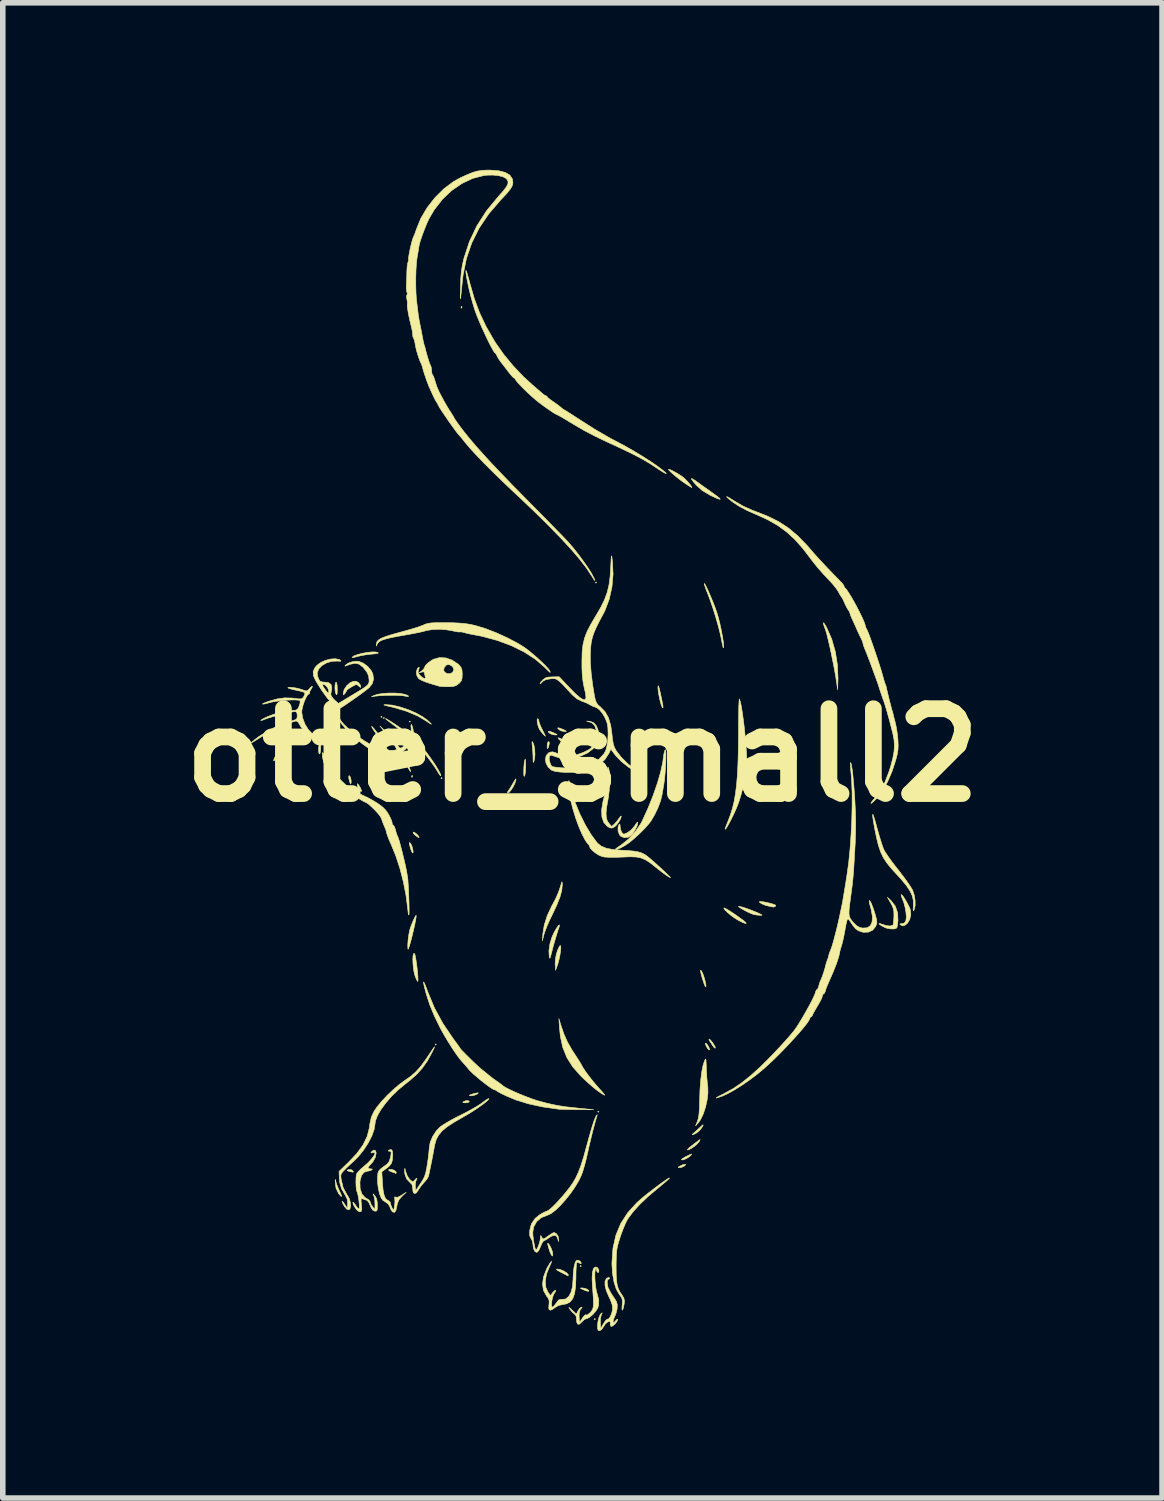
<source format=kicad_pcb>
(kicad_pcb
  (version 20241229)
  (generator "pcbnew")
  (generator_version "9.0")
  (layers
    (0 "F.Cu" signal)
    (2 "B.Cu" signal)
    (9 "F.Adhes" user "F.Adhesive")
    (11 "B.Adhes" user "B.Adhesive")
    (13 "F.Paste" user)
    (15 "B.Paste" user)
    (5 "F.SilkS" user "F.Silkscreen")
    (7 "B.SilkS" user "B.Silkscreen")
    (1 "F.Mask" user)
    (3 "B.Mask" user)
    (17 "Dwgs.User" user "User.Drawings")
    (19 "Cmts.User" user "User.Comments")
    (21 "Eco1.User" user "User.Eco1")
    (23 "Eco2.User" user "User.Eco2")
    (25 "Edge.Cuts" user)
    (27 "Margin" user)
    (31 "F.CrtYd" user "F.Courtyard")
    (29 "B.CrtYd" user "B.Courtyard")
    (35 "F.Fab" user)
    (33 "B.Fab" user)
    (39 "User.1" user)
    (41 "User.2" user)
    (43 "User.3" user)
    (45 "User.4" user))
  (footprint "otter_small2"
    (layer "F.Cu")
    (at 7.41 10.512)
    (property "Reference" "otter_small2" (at 0 0 0) (layer "F.SilkS") (effects (font (size 1.524 1.524) (thickness 0.3))))
    (attr through_hole)
    (fp_poly (pts (xy -3.598 -0.688) (xy -3.609 -0.677) (xy -3.619 -0.688) (xy -3.609 -0.699) (xy -3.598 -0.688)) (stroke (width 0.01) (type solid)) (fill yes) (layer "F.SilkS"))
    (fp_poly (pts (xy -3.556 -0.667) (xy -3.567 -0.656) (xy -3.577 -0.667) (xy -3.567 -0.677) (xy -3.556 -0.667)) (stroke (width 0.01) (type solid)) (fill yes) (layer "F.SilkS"))
    (fp_poly (pts (xy -3.09 -0.603) (xy -3.101 -0.593) (xy -3.111 -0.603) (xy -3.101 -0.614) (xy -3.09 -0.603)) (stroke (width 0.01) (type solid)) (fill yes) (layer "F.SilkS"))
    (fp_poly (pts (xy -2.625 5.196) (xy -2.635 5.207) (xy -2.646 5.196) (xy -2.635 5.186) (xy -2.625 5.196)) (stroke (width 0.01) (type solid)) (fill yes) (layer "F.SilkS"))
    (fp_poly (pts (xy -2.519 0.413) (xy -2.529 0.423) (xy -2.54 0.413) (xy -2.529 0.402) (xy -2.519 0.413)) (stroke (width 0.01) (type solid)) (fill yes) (layer "F.SilkS"))
    (fp_poly (pts (xy -0.021 9.176) (xy -0.032 9.186) (xy -0.042 9.176) (xy -0.032 9.165) (xy -0.021 9.176)) (stroke (width 0.01) (type solid)) (fill yes) (layer "F.SilkS"))
    (fp_poly (pts (xy 0.233 10.128) (xy 0.222 10.139) (xy 0.212 10.128) (xy 0.222 10.118) (xy 0.233 10.128)) (stroke (width 0.01) (type solid)) (fill yes) (layer "F.SilkS"))
    (fp_poly (pts (xy 0.254 -3.101) (xy 0.243 -3.09) (xy 0.233 -3.101) (xy 0.243 -3.111) (xy 0.254 -3.101)) (stroke (width 0.01) (type solid)) (fill yes) (layer "F.SilkS"))
    (fp_poly (pts (xy 0.296 6.403) (xy 0.286 6.413) (xy 0.275 6.403) (xy 0.286 6.392) (xy 0.296 6.403)) (stroke (width 0.01) (type solid)) (fill yes) (layer "F.SilkS"))
    (fp_poly (pts (xy -3.055 0.367) (xy -3.053 0.392) (xy -3.055 0.395) (xy -3.068 0.392) (xy -3.069 0.381) (xy -3.061 0.364) (xy -3.055 0.367)) (stroke (width 0.01) (type solid)) (fill yes) (layer "F.SilkS"))
    (fp_poly (pts (xy -2.166 -8.057) (xy -2.164 -8.032) (xy -2.166 -8.029) (xy -2.179 -8.032) (xy -2.18 -8.043) (xy -2.172 -8.061) (xy -2.166 -8.057)) (stroke (width 0.01) (type solid)) (fill yes) (layer "F.SilkS"))
    (fp_poly (pts (xy -4.153 7.444) (xy -4.13 7.46) (xy -4.112 7.483) (xy -4.123 7.489) (xy -4.169 7.48) (xy -4.191 7.474) (xy -4.226 7.462) (xy -4.223 7.452) (xy -4.203 7.444) (xy -4.153 7.444)) (stroke (width 0.01) (type solid)) (fill yes) (layer "F.SilkS"))
    (fp_poly (pts (xy -3.017 1.386) (xy -2.98 1.414) (xy -2.968 1.425) (xy -2.935 1.464) (xy -2.934 1.48) (xy -2.96 1.47) (xy -3.003 1.438) (xy -3.034 1.405) (xy -3.04 1.382) (xy -3.04 1.382) (xy -3.017 1.386)) (stroke (width 0.01) (type solid)) (fill yes) (layer "F.SilkS"))
    (fp_poly (pts (xy -2.032 6.22) (xy -2.032 6.223) (xy -2.051 6.237) (xy -2.096 6.244) (xy -2.101 6.244) (xy -2.143 6.241) (xy -2.148 6.231) (xy -2.138 6.223) (xy -2.094 6.205) (xy -2.053 6.204) (xy -2.032 6.22)) (stroke (width 0.01) (type solid)) (fill yes) (layer "F.SilkS"))
    (fp_poly (pts (xy -0.598 -0.239) (xy -0.595 -0.207) (xy -0.606 -0.159) (xy -0.614 -0.138) (xy -0.626 -0.115) (xy -0.632 -0.128) (xy -0.634 -0.163) (xy -0.629 -0.214) (xy -0.614 -0.243) (xy -0.614 -0.243) (xy -0.598 -0.239)) (stroke (width 0.01) (type solid)) (fill yes) (layer "F.SilkS"))
    (fp_poly (pts (xy -0.576 -0.425) (xy -0.518 -0.402) (xy -0.469 -0.378) (xy -0.456 -0.367) (xy -0.475 -0.362) (xy -0.488 -0.362) (xy -0.547 -0.372) (xy -0.583 -0.39) (xy -0.614 -0.418) (xy -0.61 -0.43) (xy -0.576 -0.425)) (stroke (width 0.01) (type solid)) (fill yes) (layer "F.SilkS"))
    (fp_poly (pts (xy -0.405 -0.485) (xy -0.349 -0.463) (xy -0.301 -0.44) (xy -0.288 -0.428) (xy -0.308 -0.424) (xy -0.319 -0.424) (xy -0.378 -0.435) (xy -0.414 -0.453) (xy -0.444 -0.481) (xy -0.44 -0.492) (xy -0.405 -0.485)) (stroke (width 0.01) (type solid)) (fill yes) (layer "F.SilkS"))
    (fp_poly (pts (xy 0.06 9.58) (xy 0.096 9.598) (xy 0.118 9.621) (xy 0.107 9.629) (xy 0.069 9.621) (xy 0.011 9.598) (xy -0.031 9.578) (xy -0.036 9.57) (xy -0.005 9.568) (xy 0.001 9.568) (xy 0.06 9.58)) (stroke (width 0.01) (type solid)) (fill yes) (layer "F.SilkS"))
    (fp_poly (pts (xy 1.854 7.352) (xy 1.837 7.373) (xy 1.832 7.377) (xy 1.782 7.402) (xy 1.747 7.408) (xy 1.721 7.405) (xy 1.728 7.394) (xy 1.757 7.377) (xy 1.806 7.354) (xy 1.841 7.346) (xy 1.854 7.352)) (stroke (width 0.01) (type solid)) (fill yes) (layer "F.SilkS"))
    (fp_poly (pts (xy -4.167 0.398) (xy -4.156 0.441) (xy -4.153 0.484) (xy -4.154 0.496) (xy -4.162 0.516) (xy -4.173 0.5) (xy -4.184 0.466) (xy -4.196 0.412) (xy -4.196 0.375) (xy -4.195 0.372) (xy -4.182 0.371) (xy -4.167 0.398)) (stroke (width 0.01) (type solid)) (fill yes) (layer "F.SilkS"))
    (fp_poly (pts (xy -4.026 0.524) (xy -4.015 0.54) (xy -3.984 0.593) (xy -3.969 0.635) (xy -3.972 0.656) (xy -3.975 0.656) (xy -3.997 0.64) (xy -4.017 0.614) (xy -4.038 0.565) (xy -4.043 0.535) (xy -4.04 0.512) (xy -4.026 0.524)) (stroke (width 0.01) (type solid)) (fill yes) (layer "F.SilkS"))
    (fp_poly (pts (xy 2.226 5.178) (xy 2.25 5.209) (xy 2.272 5.249) (xy 2.283 5.283) (xy 2.282 5.292) (xy 2.268 5.291) (xy 2.243 5.26) (xy 2.236 5.249) (xy 2.213 5.203) (xy 2.207 5.174) (xy 2.208 5.172) (xy 2.226 5.178)) (stroke (width 0.01) (type solid)) (fill yes) (layer "F.SilkS"))
    (fp_poly (pts (xy -4.412 -1.293) (xy -4.405 -1.244) (xy -4.403 -1.196) (xy -4.404 -1.121) (xy -4.41 -1.086) (xy -4.42 -1.088) (xy -4.432 -1.113) (xy -4.442 -1.159) (xy -4.445 -1.217) (xy -4.441 -1.271) (xy -4.431 -1.306) (xy -4.424 -1.312) (xy -4.412 -1.293)) (stroke (width 0.01) (type solid)) (fill yes) (layer "F.SilkS"))
    (fp_poly (pts (xy -3.38 7.455) (xy -3.349 7.481) (xy -3.344 7.494) (xy -3.348 7.512) (xy -3.35 7.512) (xy -3.371 7.503) (xy -3.417 7.486) (xy -3.429 7.482) (xy -3.474 7.462) (xy -3.481 7.448) (xy -3.468 7.44) (xy -3.426 7.439) (xy -3.38 7.455)) (stroke (width 0.01) (type solid)) (fill yes) (layer "F.SilkS"))
    (fp_poly (pts (xy -3.089 1.581) (xy -3.071 1.612) (xy -3.054 1.66) (xy -3.043 1.71) (xy -3.041 1.747) (xy -3.047 1.757) (xy -3.062 1.739) (xy -3.081 1.693) (xy -3.087 1.675) (xy -3.106 1.606) (xy -3.11 1.573) (xy -3.099 1.572) (xy -3.089 1.581)) (stroke (width 0.01) (type solid)) (fill yes) (layer "F.SilkS"))
    (fp_poly (pts (xy -1.87 6.066) (xy -1.887 6.082) (xy -1.893 6.087) (xy -1.927 6.103) (xy -1.97 6.114) (xy -2.009 6.118) (xy -2.03 6.114) (xy -2.027 6.105) (xy -2 6.093) (xy -1.948 6.078) (xy -1.933 6.074) (xy -1.884 6.064) (xy -1.87 6.066)) (stroke (width 0.01) (type solid)) (fill yes) (layer "F.SilkS"))
    (fp_poly (pts (xy -0.415 -0.308) (xy -0.373 -0.288) (xy -0.326 -0.261) (xy -0.289 -0.236) (xy -0.275 -0.221) (xy -0.29 -0.21) (xy -0.328 -0.22) (xy -0.375 -0.245) (xy -0.39 -0.256) (xy -0.425 -0.289) (xy -0.437 -0.31) (xy -0.436 -0.312) (xy -0.415 -0.308)) (stroke (width 0.01) (type solid)) (fill yes) (layer "F.SilkS"))
    (fp_poly (pts (xy -0.223 -0.341) (xy -0.175 -0.327) (xy -0.125 -0.306) (xy -0.113 -0.299) (xy -0.087 -0.282) (xy -0.099 -0.277) (xy -0.116 -0.277) (xy -0.171 -0.286) (xy -0.204 -0.296) (xy -0.246 -0.319) (xy -0.263 -0.336) (xy -0.256 -0.345) (xy -0.223 -0.341)) (stroke (width 0.01) (type solid)) (fill yes) (layer "F.SilkS"))
    (fp_poly (pts (xy -0.104 -0.415) (xy -0.047 -0.398) (xy -0.04 -0.394) (xy 0.004 -0.374) (xy 0.011 -0.365) (xy -0.016 -0.363) (xy -0.021 -0.363) (xy -0.083 -0.371) (xy -0.127 -0.386) (xy -0.16 -0.403) (xy -0.154 -0.414) (xy -0.145 -0.417) (xy -0.104 -0.415)) (stroke (width 0.01) (type solid)) (fill yes) (layer "F.SilkS"))
    (fp_poly (pts (xy 1.958 7.173) (xy 1.94 7.193) (xy 1.903 7.223) (xy 1.856 7.25) (xy 1.812 7.267) (xy 1.783 7.27) (xy 1.778 7.263) (xy 1.795 7.246) (xy 1.84 7.218) (xy 1.879 7.199) (xy 1.935 7.172) (xy 1.96 7.163) (xy 1.958 7.173)) (stroke (width 0.01) (type solid)) (fill yes) (layer "F.SilkS"))
    (fp_poly (pts (xy -4.705 -0.235) (xy -4.702 -0.18) (xy -4.701 -0.153) (xy -4.703 -0.082) (xy -4.711 -0.035) (xy -4.72 -0.021) (xy -4.733 -0.04) (xy -4.739 -0.086) (xy -4.739 -0.101) (xy -4.733 -0.169) (xy -4.721 -0.229) (xy -4.72 -0.233) (xy -4.711 -0.252) (xy -4.705 -0.235)) (stroke (width 0.01) (type solid)) (fill yes) (layer "F.SilkS"))
    (fp_poly (pts (xy -0.608 8.774) (xy -0.585 8.809) (xy -0.56 8.859) (xy -0.541 8.912) (xy -0.537 8.928) (xy -0.532 8.979) (xy -0.539 8.995) (xy -0.557 8.978) (xy -0.58 8.931) (xy -0.596 8.884) (xy -0.614 8.822) (xy -0.624 8.779) (xy -0.624 8.766) (xy -0.608 8.774)) (stroke (width 0.01) (type solid)) (fill yes) (layer "F.SilkS"))
    (fp_poly (pts (xy 2.301 5.117) (xy 2.332 5.155) (xy 2.363 5.201) (xy 2.384 5.241) (xy 2.386 5.262) (xy 2.368 5.255) (xy 2.341 5.22) (xy 2.337 5.214) (xy 2.305 5.164) (xy 2.28 5.128) (xy 2.279 5.128) (xy 2.271 5.105) (xy 2.278 5.101) (xy 2.301 5.117)) (stroke (width 0.01) (type solid)) (fill yes) (layer "F.SilkS"))
    (fp_poly (pts (xy -4.432 7.638) (xy -4.427 7.662) (xy -4.406 7.728) (xy -4.375 7.804) (xy -4.363 7.828) (xy -4.333 7.892) (xy -4.325 7.924) (xy -4.338 7.921) (xy -4.371 7.883) (xy -4.381 7.87) (xy -4.425 7.777) (xy -4.437 7.696) (xy -4.44 7.638) (xy -4.439 7.619) (xy -4.432 7.638)) (stroke (width 0.01) (type solid)) (fill yes) (layer "F.SilkS"))
    (fp_poly (pts (xy -1.193 0.438) (xy -1.196 0.455) (xy -1.215 0.511) (xy -1.247 0.574) (xy -1.284 0.63) (xy -1.318 0.668) (xy -1.336 0.677) (xy -1.348 0.668) (xy -1.336 0.648) (xy -1.313 0.615) (xy -1.278 0.558) (xy -1.247 0.505) (xy -1.213 0.448) (xy -1.196 0.426) (xy -1.193 0.438)) (stroke (width 0.01) (type solid)) (fill yes) (layer "F.SilkS"))
    (fp_poly (pts (xy -1.023 0.084) (xy -1.021 0.134) (xy -1.02 0.18) (xy -1.022 0.261) (xy -1.028 0.33) (xy -1.037 0.37) (xy -1.047 0.381) (xy -1.053 0.354) (xy -1.054 0.286) (xy -1.054 0.286) (xy -1.051 0.205) (xy -1.044 0.131) (xy -1.037 0.095) (xy -1.029 0.072) (xy -1.023 0.084)) (stroke (width 0.01) (type solid)) (fill yes) (layer "F.SilkS"))
    (fp_poly (pts (xy -0.395 9.239) (xy -0.338 9.263) (xy -0.288 9.294) (xy -0.257 9.324) (xy -0.254 9.334) (xy -0.258 9.353) (xy -0.259 9.353) (xy -0.279 9.342) (xy -0.326 9.318) (xy -0.381 9.29) (xy -0.441 9.257) (xy -0.466 9.238) (xy -0.459 9.23) (xy -0.445 9.229) (xy -0.395 9.239)) (stroke (width 0.01) (type solid)) (fill yes) (layer "F.SilkS"))
    (fp_poly (pts (xy -0.391 3.424) (xy -0.388 3.459) (xy -0.393 3.518) (xy -0.404 3.591) (xy -0.42 3.667) (xy -0.439 3.74) (xy -0.445 3.757) (xy -0.481 3.863) (xy -0.49 3.759) (xy -0.487 3.679) (xy -0.472 3.589) (xy -0.447 3.504) (xy -0.416 3.439) (xy -0.402 3.42) (xy -0.391 3.424)) (stroke (width 0.01) (type solid)) (fill yes) (layer "F.SilkS"))
    (fp_poly (pts (xy 2.108 6.919) (xy 2.098 6.937) (xy 2.065 6.978) (xy 2.012 7.024) (xy 1.953 7.064) (xy 1.903 7.088) (xy 1.888 7.091) (xy 1.888 7.08) (xy 1.916 7.051) (xy 1.962 7.014) (xy 2.022 6.968) (xy 2.071 6.931) (xy 2.094 6.913) (xy 2.113 6.902) (xy 2.108 6.919)) (stroke (width 0.01) (type solid)) (fill yes) (layer "F.SilkS"))
    (fp_poly (pts (xy 2.169 6.641) (xy 2.156 6.669) (xy 2.146 6.685) (xy 2.104 6.74) (xy 2.048 6.786) (xy 1.994 6.813) (xy 1.977 6.816) (xy 1.97 6.811) (xy 1.971 6.81) (xy 1.99 6.794) (xy 2.031 6.758) (xy 2.083 6.71) (xy 2.137 6.66) (xy 2.164 6.638) (xy 2.169 6.641)) (stroke (width 0.01) (type solid)) (fill yes) (layer "F.SilkS"))
    (fp_poly (pts (xy 2.139 3.879) (xy 2.148 3.895) (xy 2.17 3.945) (xy 2.191 4.01) (xy 2.208 4.076) (xy 2.218 4.131) (xy 2.217 4.161) (xy 2.216 4.162) (xy 2.204 4.15) (xy 2.185 4.106) (xy 2.163 4.039) (xy 2.16 4.032) (xy 2.133 3.937) (xy 2.12 3.88) (xy 2.122 3.86) (xy 2.139 3.879)) (stroke (width 0.01) (type solid)) (fill yes) (layer "F.SilkS"))
    (fp_poly (pts (xy -0.892 -0.233) (xy -0.871 -0.181) (xy -0.858 -0.105) (xy -0.853 -0.019) (xy -0.858 0.058) (xy -0.864 0.085) (xy -0.876 0.123) (xy -0.882 0.131) (xy -0.886 0.104) (xy -0.887 0.04) (xy -0.887 0.032) (xy -0.891 -0.055) (xy -0.897 -0.139) (xy -0.902 -0.18) (xy -0.907 -0.23) (xy -0.901 -0.243) (xy -0.892 -0.233)) (stroke (width 0.01) (type solid)) (fill yes) (layer "F.SilkS"))
    (fp_poly (pts (xy 1.367 -1.24) (xy 1.379 -1.2) (xy 1.398 -1.122) (xy 1.407 -1.079) (xy 1.43 -0.969) (xy 1.444 -0.897) (xy 1.448 -0.858) (xy 1.443 -0.849) (xy 1.431 -0.864) (xy 1.413 -0.909) (xy 1.393 -0.982) (xy 1.375 -1.066) (xy 1.362 -1.148) (xy 1.356 -1.212) (xy 1.357 -1.216) (xy 1.359 -1.245) (xy 1.367 -1.24)) (stroke (width 0.01) (type solid)) (fill yes) (layer "F.SilkS"))
    (fp_poly (pts (xy -4.654 -0.03) (xy -4.637 0.019) (xy -4.616 0.098) (xy -4.614 0.106) (xy -4.596 0.177) (xy -4.578 0.236) (xy -4.568 0.259) (xy -4.557 0.289) (xy -4.56 0.296) (xy -4.575 0.279) (xy -4.601 0.236) (xy -4.614 0.212) (xy -4.644 0.135) (xy -4.666 0.048) (xy -4.669 0.027) (xy -4.673 -0.029) (xy -4.667 -0.047) (xy -4.654 -0.03)) (stroke (width 0.01) (type solid)) (fill yes) (layer "F.SilkS"))
    (fp_poly (pts (xy -3.711 -1.853) (xy -3.685 -1.847) (xy -3.665 -1.836) (xy -3.675 -1.828) (xy -3.718 -1.821) (xy -3.79 -1.814) (xy -3.885 -1.803) (xy -3.98 -1.787) (xy -4.048 -1.77) (xy -4.103 -1.756) (xy -4.135 -1.753) (xy -4.138 -1.757) (xy -4.103 -1.783) (xy -4.038 -1.807) (xy -3.954 -1.829) (xy -3.864 -1.845) (xy -3.779 -1.854) (xy -3.711 -1.853)) (stroke (width 0.01) (type solid)) (fill yes) (layer "F.SilkS"))
    (fp_poly (pts (xy 3.243 2.633) (xy 3.312 2.646) (xy 3.391 2.665) (xy 3.414 2.672) (xy 3.464 2.691) (xy 3.472 2.708) (xy 3.467 2.713) (xy 3.436 2.727) (xy 3.429 2.728) (xy 3.403 2.723) (xy 3.353 2.713) (xy 3.344 2.711) (xy 3.279 2.693) (xy 3.221 2.669) (xy 3.183 2.645) (xy 3.175 2.632) (xy 3.194 2.628) (xy 3.243 2.633)) (stroke (width 0.01) (type solid)) (fill yes) (layer "F.SilkS"))
    (fp_poly (pts (xy -0.787 -0.639) (xy -0.783 -0.616) (xy -0.774 -0.577) (xy -0.749 -0.515) (xy -0.721 -0.457) (xy -0.69 -0.396) (xy -0.669 -0.353) (xy -0.664 -0.339) (xy -0.681 -0.352) (xy -0.713 -0.386) (xy -0.713 -0.386) (xy -0.753 -0.436) (xy -0.778 -0.476) (xy -0.798 -0.531) (xy -0.811 -0.588) (xy -0.814 -0.634) (xy -0.806 -0.656) (xy -0.804 -0.656) (xy -0.787 -0.639)) (stroke (width 0.01) (type solid)) (fill yes) (layer "F.SilkS"))
    (fp_poly (pts (xy 2.563 2.75) (xy 2.612 2.777) (xy 2.683 2.822) (xy 2.768 2.88) (xy 2.862 2.948) (xy 2.877 2.958) (xy 2.927 2.999) (xy 2.942 3.021) (xy 2.925 3.022) (xy 2.877 3.004) (xy 2.802 2.967) (xy 2.794 2.962) (xy 2.729 2.922) (xy 2.663 2.874) (xy 2.604 2.825) (xy 2.56 2.781) (xy 2.54 2.751) (xy 2.541 2.743) (xy 2.563 2.75)) (stroke (width 0.01) (type solid)) (fill yes) (layer "F.SilkS"))
    (fp_poly (pts (xy 2.826 2.717) (xy 2.879 2.731) (xy 2.95 2.754) (xy 3.03 2.783) (xy 3.108 2.814) (xy 3.154 2.834) (xy 3.208 2.86) (xy 3.226 2.872) (xy 3.212 2.876) (xy 3.186 2.876) (xy 3.117 2.869) (xy 3.066 2.858) (xy 3.019 2.84) (xy 2.958 2.812) (xy 2.896 2.779) (xy 2.843 2.748) (xy 2.809 2.725) (xy 2.802 2.715) (xy 2.826 2.717)) (stroke (width 0.01) (type solid)) (fill yes) (layer "F.SilkS"))
    (fp_poly (pts (xy -3.419 -0.899) (xy -3.28 -0.867) (xy -3.132 -0.818) (xy -2.99 -0.757) (xy -2.865 -0.687) (xy -2.783 -0.627) (xy -2.731 -0.579) (xy -2.712 -0.556) (xy -2.726 -0.56) (xy -2.773 -0.591) (xy -2.794 -0.606) (xy -2.958 -0.704) (xy -3.158 -0.788) (xy -3.389 -0.857) (xy -3.471 -0.876) (xy -3.539 -0.892) (xy -3.566 -0.902) (xy -3.557 -0.907) (xy -3.539 -0.908) (xy -3.419 -0.899)) (stroke (width 0.01) (type solid)) (fill yes) (layer "F.SilkS"))
    (fp_poly (pts (xy -3.009 3.579) (xy -2.997 3.635) (xy -2.988 3.686) (xy -2.974 3.787) (xy -2.963 3.884) (xy -2.956 3.968) (xy -2.953 4.03) (xy -2.955 4.062) (xy -2.957 4.064) (xy -2.97 4.047) (xy -2.991 4.003) (xy -2.999 3.985) (xy -3.019 3.92) (xy -3.034 3.835) (xy -3.043 3.744) (xy -3.046 3.659) (xy -3.041 3.593) (xy -3.033 3.567) (xy -3.021 3.558) (xy -3.009 3.579)) (stroke (width 0.01) (type solid)) (fill yes) (layer "F.SilkS"))
    (fp_poly (pts (xy -0.412 3.065) (xy -0.425 3.105) (xy -0.446 3.166) (xy -0.473 3.255) (xy -0.504 3.359) (xy -0.533 3.464) (xy -0.557 3.558) (xy -0.56 3.567) (xy -0.575 3.626) (xy -0.584 3.648) (xy -0.592 3.637) (xy -0.597 3.61) (xy -0.602 3.509) (xy -0.584 3.389) (xy -0.547 3.266) (xy -0.505 3.175) (xy -0.464 3.106) (xy -0.433 3.063) (xy -0.415 3.048) (xy -0.412 3.065)) (stroke (width 0.01) (type solid)) (fill yes) (layer "F.SilkS"))
    (fp_poly (pts (xy 1.976 -4.962) (xy 2.019 -4.936) (xy 2.06 -4.907) (xy 2.125 -4.86) (xy 2.208 -4.801) (xy 2.294 -4.741) (xy 2.308 -4.731) (xy 2.4 -4.664) (xy 2.456 -4.62) (xy 2.476 -4.597) (xy 2.46 -4.596) (xy 2.408 -4.615) (xy 2.319 -4.656) (xy 2.293 -4.668) (xy 2.147 -4.756) (xy 2.044 -4.85) (xy 1.997 -4.905) (xy 1.965 -4.947) (xy 1.955 -4.968) (xy 1.955 -4.968) (xy 1.976 -4.962)) (stroke (width 0.01) (type solid)) (fill yes) (layer "F.SilkS"))
    (fp_poly (pts (xy -5.156 -0.393) (xy -5.184 -0.355) (xy -5.237 -0.294) (xy -5.308 -0.212) (xy -5.38 -0.121) (xy -5.439 -0.04) (xy -5.443 -0.033) (xy -5.492 0.041) (xy -5.522 0.085) (xy -5.538 0.103) (xy -5.545 0.102) (xy -5.546 0.092) (xy -5.533 0.055) (xy -5.5 -0.005) (xy -5.453 -0.079) (xy -5.398 -0.157) (xy -5.342 -0.23) (xy -5.296 -0.282) (xy -5.228 -0.348) (xy -5.181 -0.389) (xy -5.156 -0.404) (xy -5.156 -0.393)) (stroke (width 0.01) (type solid)) (fill yes) (layer "F.SilkS"))
    (fp_poly (pts (xy -2.985 2.879) (xy -2.988 2.916) (xy -2.999 2.979) (xy -3.015 3.06) (xy -3.036 3.151) (xy -3.058 3.244) (xy -3.081 3.332) (xy -3.102 3.406) (xy -3.119 3.46) (xy -3.13 3.484) (xy -3.134 3.482) (xy -3.137 3.418) (xy -3.132 3.329) (xy -3.12 3.232) (xy -3.102 3.143) (xy -3.09 3.101) (xy -3.066 3.036) (xy -3.039 2.972) (xy -3.013 2.918) (xy -2.994 2.883) (xy -2.985 2.878) (xy -2.985 2.879)) (stroke (width 0.01) (type solid)) (fill yes) (layer "F.SilkS"))
    (fp_poly (pts (xy 4.334 -2.376) (xy 4.36 -2.337) (xy 4.386 -2.291) (xy 4.476 -2.087) (xy 4.542 -1.857) (xy 4.58 -1.615) (xy 4.59 -1.372) (xy 4.589 -1.355) (xy 4.583 -1.175) (xy 4.565 -1.302) (xy 4.549 -1.407) (xy 4.527 -1.533) (xy 4.5 -1.671) (xy 4.471 -1.812) (xy 4.442 -1.949) (xy 4.413 -2.073) (xy 4.388 -2.175) (xy 4.367 -2.247) (xy 4.36 -2.265) (xy 4.333 -2.339) (xy 4.325 -2.376) (xy 4.334 -2.376)) (stroke (width 0.01) (type solid)) (fill yes) (layer "F.SilkS"))
    (fp_poly (pts (xy -3.371 -1.115) (xy -3.272 -1.108) (xy -3.191 -1.093) (xy -3.136 -1.072) (xy -3.122 -1.058) (xy -3.133 -1.052) (xy -3.172 -1.058) (xy -3.191 -1.062) (xy -3.244 -1.07) (xy -3.328 -1.074) (xy -3.429 -1.075) (xy -3.537 -1.073) (xy -3.639 -1.068) (xy -3.723 -1.06) (xy -3.777 -1.051) (xy -3.778 -1.05) (xy -3.789 -1.049) (xy -3.765 -1.062) (xy -3.747 -1.071) (xy -3.675 -1.094) (xy -3.582 -1.108) (xy -3.478 -1.115) (xy -3.371 -1.115)) (stroke (width 0.01) (type solid)) (fill yes) (layer "F.SilkS"))
    (fp_poly (pts (xy 1.561 -5.133) (xy 1.603 -5.115) (xy 1.66 -5.085) (xy 1.722 -5.049) (xy 1.779 -5.013) (xy 1.817 -4.984) (xy 1.856 -4.947) (xy 1.898 -4.901) (xy 1.936 -4.856) (xy 1.961 -4.82) (xy 1.965 -4.805) (xy 1.965 -4.805) (xy 1.945 -4.816) (xy 1.9 -4.844) (xy 1.839 -4.884) (xy 1.839 -4.884) (xy 1.771 -4.932) (xy 1.7 -4.987) (xy 1.634 -5.042) (xy 1.581 -5.09) (xy 1.55 -5.123) (xy 1.545 -5.133) (xy 1.561 -5.133)) (stroke (width 0.01) (type solid)) (fill yes) (layer "F.SilkS"))
    (fp_poly (pts (xy -0.365 2.28) (xy -0.362 2.316) (xy -0.362 2.33) (xy -0.371 2.428) (xy -0.404 2.549) (xy -0.462 2.696) (xy -0.542 2.865) (xy -0.592 2.968) (xy -0.637 3.071) (xy -0.671 3.16) (xy -0.689 3.214) (xy -0.72 3.334) (xy -0.711 3.207) (xy -0.685 3.048) (xy -0.63 2.876) (xy -0.548 2.703) (xy -0.528 2.667) (xy -0.482 2.579) (xy -0.44 2.485) (xy -0.413 2.413) (xy -0.392 2.346) (xy -0.376 2.295) (xy -0.37 2.275) (xy -0.365 2.28)) (stroke (width 0.01) (type solid)) (fill yes) (layer "F.SilkS"))
    (fp_poly (pts (xy -4.036 -1.313) (xy -4.021 -1.302) (xy -3.99 -1.262) (xy -3.979 -1.233) (xy -3.985 -1.216) (xy -4.006 -1.23) (xy -4.013 -1.237) (xy -4.044 -1.263) (xy -4.057 -1.27) (xy -4.084 -1.26) (xy -4.13 -1.236) (xy -4.179 -1.206) (xy -4.218 -1.18) (xy -4.233 -1.164) (xy -4.245 -1.139) (xy -4.264 -1.11) (xy -4.288 -1.082) (xy -4.295 -1.089) (xy -4.296 -1.113) (xy -4.28 -1.177) (xy -4.237 -1.243) (xy -4.179 -1.297) (xy -4.132 -1.32) (xy -4.076 -1.329) (xy -4.036 -1.313)) (stroke (width 0.01) (type solid)) (fill yes) (layer "F.SilkS"))
    (fp_poly (pts (xy 0.995 1.213) (xy 0.982 1.268) (xy 0.949 1.339) (xy 0.905 1.408) (xy 0.883 1.434) (xy 0.825 1.473) (xy 0.757 1.482) (xy 0.696 1.462) (xy 0.668 1.435) (xy 0.64 1.367) (xy 0.639 1.293) (xy 0.656 1.249) (xy 0.67 1.236) (xy 0.676 1.259) (xy 0.677 1.282) (xy 0.687 1.343) (xy 0.708 1.388) (xy 0.729 1.413) (xy 0.75 1.417) (xy 0.787 1.402) (xy 0.815 1.388) (xy 0.874 1.343) (xy 0.93 1.281) (xy 0.943 1.261) (xy 0.974 1.215) (xy 0.992 1.203) (xy 0.995 1.213)) (stroke (width 0.01) (type solid)) (fill yes) (layer "F.SilkS"))
    (fp_poly (pts (xy 5.74 2.512) (xy 5.769 2.549) (xy 5.804 2.605) (xy 5.84 2.669) (xy 5.87 2.73) (xy 5.888 2.775) (xy 5.897 2.863) (xy 5.878 2.95) (xy 5.836 3.019) (xy 5.815 3.037) (xy 5.774 3.063) (xy 5.746 3.065) (xy 5.715 3.048) (xy 5.698 3.032) (xy 5.719 3.027) (xy 5.728 3.027) (xy 5.778 3.016) (xy 5.807 2.979) (xy 5.817 2.911) (xy 5.811 2.831) (xy 5.796 2.741) (xy 5.773 2.652) (xy 5.756 2.606) (xy 5.733 2.549) (xy 5.723 2.511) (xy 5.724 2.503) (xy 5.74 2.512)) (stroke (width 0.01) (type solid)) (fill yes) (layer "F.SilkS"))
    (fp_poly (pts (xy 2.219 5.479) (xy 2.222 5.537) (xy 2.224 5.577) (xy 2.229 5.71) (xy 2.236 5.815) (xy 2.245 5.91) (xy 2.252 5.961) (xy 2.254 6.069) (xy 2.239 6.194) (xy 2.21 6.324) (xy 2.169 6.446) (xy 2.12 6.547) (xy 2.083 6.6) (xy 2.032 6.657) (xy 2.066 6.572) (xy 2.083 6.518) (xy 2.094 6.441) (xy 2.101 6.336) (xy 2.105 6.196) (xy 2.105 6.191) (xy 2.111 6.006) (xy 2.124 5.837) (xy 2.142 5.689) (xy 2.166 5.571) (xy 2.191 5.494) (xy 2.206 5.462) (xy 2.214 5.456) (xy 2.219 5.479)) (stroke (width 0.01) (type solid)) (fill yes) (layer "F.SilkS"))
    (fp_poly (pts (xy 2.2 -3.07) (xy 2.224 -3.025) (xy 2.257 -2.956) (xy 2.294 -2.87) (xy 2.334 -2.775) (xy 2.372 -2.679) (xy 2.405 -2.588) (xy 2.413 -2.565) (xy 2.44 -2.474) (xy 2.467 -2.366) (xy 2.492 -2.251) (xy 2.513 -2.141) (xy 2.529 -2.043) (xy 2.536 -1.968) (xy 2.535 -1.929) (xy 2.528 -1.931) (xy 2.518 -1.967) (xy 2.505 -2.03) (xy 2.502 -2.045) (xy 2.477 -2.17) (xy 2.439 -2.32) (xy 2.392 -2.485) (xy 2.34 -2.649) (xy 2.287 -2.802) (xy 2.255 -2.887) (xy 2.223 -2.968) (xy 2.2 -3.034) (xy 2.187 -3.074) (xy 2.187 -3.083) (xy 2.2 -3.07)) (stroke (width 0.01) (type solid)) (fill yes) (layer "F.SilkS"))
    (fp_poly (pts (xy 5.542 2.612) (xy 5.619 2.712) (xy 5.661 2.834) (xy 5.667 2.971) (xy 5.666 2.976) (xy 5.658 3.042) (xy 5.65 3.089) (xy 5.646 3.103) (xy 5.604 3.12) (xy 5.538 3.121) (xy 5.466 3.108) (xy 5.427 3.093) (xy 5.369 3.063) (xy 5.334 3.038) (xy 5.325 3.024) (xy 5.344 3.024) (xy 5.385 3.038) (xy 5.462 3.062) (xy 5.528 3.068) (xy 5.571 3.055) (xy 5.578 3.048) (xy 5.585 3.017) (xy 5.591 2.957) (xy 5.594 2.894) (xy 5.593 2.809) (xy 5.579 2.743) (xy 5.548 2.675) (xy 5.537 2.656) (xy 5.476 2.551) (xy 5.542 2.612)) (stroke (width 0.01) (type solid)) (fill yes) (layer "F.SilkS"))
    (fp_poly (pts (xy -0.391 4.837) (xy -0.334 5.005) (xy -0.269 5.151) (xy -0.187 5.295) (xy -0.144 5.361) (xy -0.091 5.442) (xy -0.046 5.512) (xy -0.016 5.564) (xy -0.006 5.583) (xy 0.017 5.624) (xy 0.061 5.689) (xy 0.119 5.767) (xy 0.185 5.851) (xy 0.252 5.931) (xy 0.311 5.997) (xy 0.358 6.049) (xy 0.39 6.089) (xy 0.399 6.107) (xy 0.379 6.099) (xy 0.335 6.071) (xy 0.275 6.029) (xy 0.264 6.021) (xy 0.194 5.965) (xy 0.108 5.89) (xy 0.019 5.808) (xy -0.033 5.757) (xy -0.175 5.597) (xy -0.28 5.43) (xy -0.353 5.25) (xy -0.397 5.048) (xy -0.412 4.897) (xy -0.423 4.731) (xy -0.391 4.837)) (stroke (width 0.01) (type solid)) (fill yes) (layer "F.SilkS"))
    (fp_poly (pts (xy 0.468 0.229) (xy 0.47 0.233) (xy 0.484 0.296) (xy 0.491 0.39) (xy 0.49 0.504) (xy 0.482 0.626) (xy 0.468 0.746) (xy 0.458 0.801) (xy 0.434 0.939) (xy 0.424 1.043) (xy 0.429 1.121) (xy 0.447 1.181) (xy 0.474 1.221) (xy 0.525 1.28) (xy 0.573 1.238) (xy 0.618 1.189) (xy 0.659 1.132) (xy 0.684 1.099) (xy 0.698 1.094) (xy 0.698 1.098) (xy 0.685 1.143) (xy 0.653 1.2) (xy 0.612 1.255) (xy 0.573 1.29) (xy 0.571 1.291) (xy 0.527 1.31) (xy 0.49 1.304) (xy 0.447 1.278) (xy 0.383 1.208) (xy 0.349 1.108) (xy 0.345 0.979) (xy 0.371 0.821) (xy 0.393 0.741) (xy 0.43 0.585) (xy 0.446 0.431) (xy 0.447 0.37) (xy 0.449 0.282) (xy 0.452 0.232) (xy 0.458 0.215) (xy 0.468 0.229)) (stroke (width 0.01) (type solid)) (fill yes) (layer "F.SilkS"))
    (fp_poly (pts (xy 1.496 -0.085) (xy 1.499 -0.037) (xy 1.499 0.037) (xy 1.497 0.13) (xy 1.491 0.232) (xy 1.483 0.337) (xy 1.474 0.437) (xy 1.462 0.522) (xy 1.459 0.54) (xy 1.446 0.615) (xy 1.435 0.679) (xy 1.43 0.709) (xy 1.403 0.821) (xy 1.355 0.948) (xy 1.294 1.075) (xy 1.229 1.185) (xy 1.2 1.224) (xy 1.121 1.314) (xy 1.027 1.408) (xy 0.928 1.498) (xy 0.836 1.574) (xy 0.759 1.626) (xy 0.676 1.67) (xy 0.62 1.692) (xy 0.594 1.691) (xy 0.593 1.686) (xy 0.609 1.672) (xy 0.651 1.642) (xy 0.697 1.612) (xy 0.829 1.506) (xy 0.951 1.372) (xy 1.051 1.224) (xy 1.078 1.172) (xy 1.181 0.945) (xy 1.271 0.719) (xy 1.346 0.503) (xy 1.404 0.303) (xy 1.442 0.128) (xy 1.453 0.047) (xy 1.463 -0.024) (xy 1.477 -0.078) (xy 1.488 -0.099) (xy 1.496 -0.085)) (stroke (width 0.01) (type solid)) (fill yes) (layer "F.SilkS"))
    (fp_poly (pts (xy 2.835 -0.962) (xy 2.853 -0.879) (xy 2.871 -0.768) (xy 2.889 -0.638) (xy 2.907 -0.494) (xy 2.922 -0.344) (xy 2.935 -0.195) (xy 2.945 -0.056) (xy 2.951 0.068) (xy 2.951 0.168) (xy 2.95 0.201) (xy 2.938 0.307) (xy 2.915 0.439) (xy 2.883 0.582) (xy 2.845 0.724) (xy 2.81 0.836) (xy 2.784 0.906) (xy 2.749 0.988) (xy 2.709 1.075) (xy 2.668 1.159) (xy 2.629 1.233) (xy 2.596 1.291) (xy 2.572 1.326) (xy 2.562 1.33) (xy 2.561 1.328) (xy 2.569 1.301) (xy 2.589 1.247) (xy 2.613 1.189) (xy 2.656 1.076) (xy 2.693 0.958) (xy 2.724 0.832) (xy 2.748 0.691) (xy 2.768 0.533) (xy 2.783 0.352) (xy 2.793 0.145) (xy 2.8 -0.094) (xy 2.803 -0.369) (xy 2.803 -0.501) (xy 2.804 -0.645) (xy 2.806 -0.772) (xy 2.808 -0.877) (xy 2.812 -0.955) (xy 2.815 -1) (xy 2.818 -1.009) (xy 2.835 -0.962)) (stroke (width 0.01) (type solid)) (fill yes) (layer "F.SilkS"))
    (fp_poly (pts (xy 5.231 1.1) (xy 5.255 1.178) (xy 5.288 1.297) (xy 5.289 1.302) (xy 5.321 1.417) (xy 5.354 1.526) (xy 5.383 1.618) (xy 5.407 1.683) (xy 5.411 1.693) (xy 5.439 1.743) (xy 5.489 1.817) (xy 5.553 1.907) (xy 5.628 2.005) (xy 5.671 2.059) (xy 5.748 2.159) (xy 5.819 2.255) (xy 5.878 2.34) (xy 5.919 2.405) (xy 5.931 2.429) (xy 5.959 2.514) (xy 5.974 2.609) (xy 5.975 2.698) (xy 5.961 2.767) (xy 5.956 2.78) (xy 5.944 2.793) (xy 5.939 2.772) (xy 5.942 2.714) (xy 5.943 2.703) (xy 5.943 2.614) (xy 5.924 2.528) (xy 5.883 2.439) (xy 5.817 2.341) (xy 5.723 2.227) (xy 5.643 2.14) (xy 5.542 2.029) (xy 5.464 1.932) (xy 5.403 1.839) (xy 5.356 1.74) (xy 5.317 1.626) (xy 5.283 1.488) (xy 5.25 1.327) (xy 5.227 1.2) (xy 5.214 1.114) (xy 5.21 1.068) (xy 5.216 1.064) (xy 5.231 1.1)) (stroke (width 0.01) (type solid)) (fill yes) (layer "F.SilkS"))
    (fp_poly (pts (xy 1.549 7.612) (xy 1.506 7.651) (xy 1.442 7.705) (xy 1.364 7.77) (xy 1.352 7.779) (xy 1.184 7.921) (xy 1.038 8.059) (xy 0.918 8.19) (xy 0.829 8.307) (xy 0.805 8.345) (xy 0.77 8.415) (xy 0.73 8.51) (xy 0.691 8.615) (xy 0.674 8.667) (xy 0.646 8.756) (xy 0.627 8.829) (xy 0.615 8.899) (xy 0.609 8.978) (xy 0.606 9.077) (xy 0.605 9.175) (xy 0.606 9.319) (xy 0.612 9.429) (xy 0.624 9.515) (xy 0.645 9.584) (xy 0.676 9.645) (xy 0.711 9.696) (xy 0.745 9.754) (xy 0.755 9.807) (xy 0.75 9.853) (xy 0.735 9.925) (xy 0.722 9.963) (xy 0.713 9.966) (xy 0.71 9.931) (xy 0.713 9.882) (xy 0.718 9.81) (xy 0.711 9.761) (xy 0.688 9.718) (xy 0.66 9.681) (xy 0.608 9.59) (xy 0.568 9.467) (xy 0.542 9.318) (xy 0.53 9.153) (xy 0.53 9.112) (xy 0.548 8.856) (xy 0.6 8.623) (xy 0.688 8.411) (xy 0.813 8.217) (xy 0.977 8.037) (xy 1.085 7.942) (xy 1.181 7.865) (xy 1.277 7.791) (xy 1.368 7.722) (xy 1.448 7.664) (xy 1.511 7.621) (xy 1.552 7.596) (xy 1.565 7.593) (xy 1.549 7.612)) (stroke (width 0.01) (type solid)) (fill yes) (layer "F.SilkS"))
    (fp_poly (pts (xy -0.239 0.466) (xy -0.197 0.652) (xy -0.13 0.853) (xy -0.046 1.056) (xy 0.051 1.251) (xy 0.156 1.427) (xy 0.264 1.573) (xy 0.269 1.579) (xy 0.337 1.634) (xy 0.432 1.673) (xy 0.56 1.696) (xy 0.661 1.704) (xy 0.804 1.712) (xy 0.913 1.722) (xy 0.995 1.735) (xy 1.058 1.754) (xy 1.112 1.78) (xy 1.137 1.795) (xy 1.175 1.824) (xy 1.23 1.87) (xy 1.297 1.929) (xy 1.369 1.993) (xy 1.439 2.058) (xy 1.502 2.117) (xy 1.55 2.164) (xy 1.578 2.194) (xy 1.581 2.201) (xy 1.56 2.191) (xy 1.517 2.164) (xy 1.498 2.151) (xy 1.444 2.112) (xy 1.372 2.057) (xy 1.3 1.999) (xy 1.207 1.927) (xy 1.128 1.877) (xy 1.052 1.846) (xy 0.967 1.829) (xy 0.863 1.825) (xy 0.728 1.83) (xy 0.722 1.83) (xy 0.602 1.835) (xy 0.494 1.835) (xy 0.409 1.83) (xy 0.366 1.824) (xy 0.304 1.801) (xy 0.239 1.761) (xy 0.18 1.714) (xy 0.139 1.668) (xy 0.127 1.638) (xy 0.115 1.608) (xy 0.11 1.605) (xy 0.09 1.584) (xy 0.058 1.54) (xy 0.047 1.521) (xy -0.01 1.413) (xy -0.067 1.279) (xy -0.122 1.128) (xy -0.17 0.971) (xy -0.21 0.819) (xy -0.238 0.68) (xy -0.251 0.565) (xy -0.251 0.533) (xy -0.248 0.478) (xy -0.244 0.455) (xy -0.239 0.466)) (stroke (width 0.01) (type solid)) (fill yes) (layer "F.SilkS"))
    (fp_poly (pts (xy -3.416 7.102) (xy -3.408 7.161) (xy -3.408 7.182) (xy -3.413 7.27) (xy -3.43 7.33) (xy -3.468 7.379) (xy -3.517 7.419) (xy -3.603 7.482) (xy -3.592 7.673) (xy -3.581 7.804) (xy -3.563 7.898) (xy -3.539 7.958) (xy -3.505 7.99) (xy -3.492 7.995) (xy -3.458 8.019) (xy -3.449 8.041) (xy -3.439 8.084) (xy -3.42 8.128) (xy -3.39 8.18) (xy -3.376 8.101) (xy -3.368 8.033) (xy -3.37 7.974) (xy -3.371 7.969) (xy -3.373 7.934) (xy -3.359 7.934) (xy -3.356 7.937) (xy -3.322 7.941) (xy -3.264 7.913) (xy -3.248 7.903) (xy -3.164 7.849) (xy -3.242 7.923) (xy -3.295 7.985) (xy -3.323 8.05) (xy -3.334 8.105) (xy -3.351 8.179) (xy -3.376 8.211) (xy -3.408 8.203) (xy -3.425 8.186) (xy -3.447 8.145) (xy -3.46 8.107) (xy -3.491 8.058) (xy -3.541 8.022) (xy -3.585 7.994) (xy -3.616 7.949) (xy -3.644 7.877) (xy -3.644 7.874) (xy -3.666 7.783) (xy -3.678 7.683) (xy -3.681 7.587) (xy -3.674 7.51) (xy -3.662 7.472) (xy -3.631 7.436) (xy -3.58 7.396) (xy -3.567 7.387) (xy -3.507 7.343) (xy -3.47 7.295) (xy -3.448 7.226) (xy -3.441 7.191) (xy -3.435 7.139) (xy -3.443 7.116) (xy -3.465 7.112) (xy -3.49 7.108) (xy -3.475 7.093) (xy -3.472 7.092) (xy -3.437 7.08) (xy -3.416 7.102)) (stroke (width 0.01) (type solid)) (fill yes) (layer "F.SilkS"))
    (fp_poly (pts (xy -2.457 -1.747) (xy -2.342 -1.708) (xy -2.237 -1.639) (xy -2.217 -1.621) (xy -2.182 -1.579) (xy -2.164 -1.534) (xy -2.159 -1.466) (xy -2.159 -1.451) (xy -2.162 -1.381) (xy -2.175 -1.336) (xy -2.205 -1.299) (xy -2.224 -1.282) (xy -2.269 -1.251) (xy -2.316 -1.234) (xy -2.383 -1.229) (xy -2.42 -1.229) (xy -2.492 -1.231) (xy -2.548 -1.234) (xy -2.572 -1.238) (xy -2.601 -1.247) (xy -2.659 -1.264) (xy -2.735 -1.287) (xy -2.749 -1.291) (xy -2.83 -1.319) (xy -2.899 -1.349) (xy -2.942 -1.376) (xy -2.944 -1.378) (xy -2.975 -1.432) (xy -2.983 -1.495) (xy -2.966 -1.551) (xy -2.952 -1.567) (xy -2.931 -1.581) (xy -2.931 -1.566) (xy -2.941 -1.537) (xy -2.952 -1.492) (xy -2.936 -1.455) (xy -2.911 -1.428) (xy -2.866 -1.39) (xy -2.833 -1.377) (xy -2.819 -1.389) (xy -2.823 -1.409) (xy -2.835 -1.458) (xy -2.836 -1.474) (xy -2.849 -1.496) (xy -2.884 -1.493) (xy -2.932 -1.48) (xy -2.884 -1.515) (xy -2.87 -1.529) (xy -2.493 -1.529) (xy -2.477 -1.493) (xy -2.43 -1.465) (xy -2.373 -1.465) (xy -2.333 -1.486) (xy -2.309 -1.532) (xy -2.327 -1.581) (xy -2.34 -1.597) (xy -2.393 -1.627) (xy -2.443 -1.62) (xy -2.48 -1.578) (xy -2.493 -1.529) (xy -2.87 -1.529) (xy -2.849 -1.549) (xy -2.836 -1.576) (xy -2.819 -1.612) (xy -2.773 -1.657) (xy -2.709 -1.703) (xy -2.673 -1.723) (xy -2.57 -1.752) (xy -2.457 -1.747)) (stroke (width 0.01) (type solid)) (fill yes) (layer "F.SilkS"))
    (fp_poly (pts (xy 0.262 9.197) (xy 0.289 9.232) (xy 0.296 9.266) (xy 0.287 9.291) (xy 0.269 9.287) (xy 0.255 9.26) (xy 0.253 9.245) (xy 0.25 9.212) (xy 0.242 9.219) (xy 0.232 9.239) (xy 0.224 9.286) (xy 0.222 9.361) (xy 0.227 9.452) (xy 0.237 9.545) (xy 0.251 9.628) (xy 0.268 9.688) (xy 0.268 9.688) (xy 0.293 9.785) (xy 0.29 9.879) (xy 0.273 9.934) (xy 0.234 9.992) (xy 0.183 10.049) (xy 0.129 10.094) (xy 0.086 10.117) (xy 0.078 10.118) (xy 0.037 10.133) (xy -0.004 10.171) (xy -0.05 10.216) (xy -0.083 10.221) (xy -0.102 10.186) (xy -0.106 10.14) (xy -0.114 10.074) (xy -0.14 10.038) (xy -0.145 10.035) (xy -0.184 10.002) (xy -0.222 9.954) (xy -0.242 9.922) (xy -0.241 9.916) (xy -0.215 9.938) (xy -0.184 9.967) (xy -0.108 10.039) (xy -0.083 9.984) (xy -0.053 9.939) (xy -0.025 9.917) (xy -0.006 9.913) (xy -0.016 9.931) (xy -0.029 9.945) (xy -0.054 9.991) (xy -0.061 10.058) (xy -0.059 10.089) (xy -0.053 10.192) (xy -0.002 10.111) (xy 0.032 10.066) (xy 0.056 10.049) (xy 0.063 10.053) (xy 0.085 10.054) (xy 0.125 10.024) (xy 0.139 10.011) (xy 0.165 9.981) (xy 0.183 9.95) (xy 0.194 9.91) (xy 0.198 9.855) (xy 0.197 9.779) (xy 0.19 9.673) (xy 0.18 9.542) (xy 0.173 9.399) (xy 0.179 9.292) (xy 0.197 9.222) (xy 0.226 9.193) (xy 0.262 9.197)) (stroke (width 0.01) (type solid)) (fill yes) (layer "F.SilkS"))
    (fp_poly (pts (xy -2.487 -2.38) (xy -2.332 -2.378) (xy -2.208 -2.372) (xy -2.106 -2.363) (xy -2.016 -2.349) (xy -1.926 -2.329) (xy -1.744 -2.274) (xy -1.545 -2.197) (xy -1.345 -2.106) (xy -1.158 -2.007) (xy -1.058 -1.946) (xy -0.989 -1.896) (xy -0.907 -1.83) (xy -0.82 -1.755) (xy -0.736 -1.678) (xy -0.664 -1.607) (xy -0.612 -1.55) (xy -0.59 -1.519) (xy -0.577 -1.49) (xy -0.582 -1.486) (xy -0.609 -1.509) (xy -0.66 -1.56) (xy -0.678 -1.578) (xy -0.843 -1.721) (xy -1.043 -1.851) (xy -1.273 -1.965) (xy -1.528 -2.06) (xy -1.801 -2.134) (xy -2 -2.172) (xy -2.071 -2.187) (xy -2.124 -2.202) (xy -2.172 -2.213) (xy -2.2 -2.213) (xy -2.228 -2.212) (xy -2.282 -2.221) (xy -2.319 -2.23) (xy -2.436 -2.251) (xy -2.564 -2.26) (xy -2.689 -2.256) (xy -2.794 -2.24) (xy -2.815 -2.234) (xy -2.873 -2.218) (xy -2.962 -2.199) (xy -3.068 -2.178) (xy -3.175 -2.159) (xy -3.337 -2.131) (xy -3.462 -2.105) (xy -3.554 -2.081) (xy -3.617 -2.058) (xy -3.658 -2.032) (xy -3.679 -2.006) (xy -3.704 -1.958) (xy -3.699 -2.009) (xy -3.688 -2.042) (xy -3.659 -2.072) (xy -3.607 -2.102) (xy -3.528 -2.133) (xy -3.418 -2.168) (xy -3.271 -2.208) (xy -3.249 -2.214) (xy -3.134 -2.246) (xy -3.025 -2.278) (xy -2.932 -2.308) (xy -2.868 -2.332) (xy -2.857 -2.337) (xy -2.812 -2.356) (xy -2.763 -2.368) (xy -2.703 -2.376) (xy -2.62 -2.379) (xy -2.507 -2.38) (xy -2.487 -2.38)) (stroke (width 0.01) (type solid)) (fill yes) (layer "F.SilkS"))
    (fp_poly (pts (xy 0.484 9.386) (xy 0.487 9.399) (xy 0.474 9.412) (xy 0.466 9.409) (xy 0.452 9.418) (xy 0.445 9.462) (xy 0.445 9.477) (xy 0.459 9.559) (xy 0.506 9.651) (xy 0.513 9.662) (xy 0.556 9.727) (xy 0.593 9.784) (xy 0.609 9.809) (xy 0.626 9.868) (xy 0.622 9.948) (xy 0.6 10.034) (xy 0.581 10.077) (xy 0.559 10.131) (xy 0.551 10.175) (xy 0.555 10.196) (xy 0.572 10.185) (xy 0.593 10.16) (xy 0.621 10.131) (xy 0.634 10.13) (xy 0.635 10.132) (xy 0.622 10.167) (xy 0.591 10.208) (xy 0.554 10.243) (xy 0.522 10.26) (xy 0.513 10.259) (xy 0.499 10.229) (xy 0.501 10.204) (xy 0.499 10.175) (xy 0.475 10.171) (xy 0.44 10.188) (xy 0.406 10.222) (xy 0.392 10.244) (xy 0.351 10.307) (xy 0.313 10.336) (xy 0.283 10.329) (xy 0.271 10.293) (xy 0.271 10.231) (xy 0.281 10.16) (xy 0.298 10.093) (xy 0.32 10.045) (xy 0.326 10.038) (xy 0.353 10.014) (xy 0.353 10.023) (xy 0.34 10.05) (xy 0.326 10.1) (xy 0.321 10.17) (xy 0.322 10.198) (xy 0.328 10.298) (xy 0.379 10.208) (xy 0.412 10.159) (xy 0.438 10.132) (xy 0.447 10.13) (xy 0.471 10.124) (xy 0.498 10.087) (xy 0.522 10.033) (xy 0.538 9.971) (xy 0.541 9.944) (xy 0.534 9.871) (xy 0.503 9.784) (xy 0.474 9.723) (xy 0.428 9.616) (xy 0.405 9.522) (xy 0.406 9.447) (xy 0.428 9.402) (xy 0.463 9.379) (xy 0.484 9.386)) (stroke (width 0.01) (type solid)) (fill yes) (layer "F.SilkS"))
    (fp_poly (pts (xy -0.043 9.087) (xy -0.022 9.119) (xy -0.021 9.128) (xy -0.034 9.134) (xy -0.053 9.122) (xy -0.086 9.107) (xy -0.101 9.111) (xy -0.107 9.137) (xy -0.112 9.196) (xy -0.116 9.281) (xy -0.117 9.381) (xy -0.117 9.384) (xy -0.123 9.544) (xy -0.141 9.668) (xy -0.173 9.758) (xy -0.22 9.819) (xy -0.285 9.854) (xy -0.36 9.867) (xy -0.429 9.884) (xy -0.492 9.919) (xy -0.494 9.921) (xy -0.545 9.958) (xy -0.577 9.968) (xy -0.599 9.956) (xy -0.605 9.928) (xy -0.602 9.876) (xy -0.6 9.861) (xy -0.597 9.799) (xy -0.617 9.749) (xy -0.642 9.716) (xy -0.699 9.617) (xy -0.717 9.501) (xy -0.699 9.37) (xy -0.643 9.226) (xy -0.631 9.203) (xy -0.593 9.137) (xy -0.566 9.099) (xy -0.554 9.091) (xy -0.56 9.115) (xy -0.586 9.173) (xy -0.591 9.182) (xy -0.645 9.317) (xy -0.667 9.443) (xy -0.658 9.556) (xy -0.617 9.648) (xy -0.613 9.652) (xy -0.573 9.705) (xy -0.539 9.657) (xy -0.507 9.622) (xy -0.482 9.61) (xy -0.478 9.623) (xy -0.498 9.653) (xy -0.521 9.692) (xy -0.539 9.748) (xy -0.551 9.81) (xy -0.556 9.865) (xy -0.551 9.903) (xy -0.536 9.912) (xy -0.508 9.888) (xy -0.473 9.843) (xy -0.466 9.833) (xy -0.431 9.787) (xy -0.396 9.772) (xy -0.37 9.774) (xy -0.303 9.767) (xy -0.248 9.724) (xy -0.205 9.647) (xy -0.178 9.541) (xy -0.169 9.415) (xy -0.164 9.292) (xy -0.15 9.188) (xy -0.13 9.112) (xy -0.108 9.075) (xy -0.078 9.069) (xy -0.043 9.087)) (stroke (width 0.01) (type solid)) (fill yes) (layer "F.SilkS"))
    (fp_poly (pts (xy -2.655 5.24) (xy -2.667 5.269) (xy -2.695 5.326) (xy -2.699 5.334) (xy -2.785 5.491) (xy -2.876 5.621) (xy -2.981 5.737) (xy -3.112 5.851) (xy -3.181 5.905) (xy -3.308 6.01) (xy -3.427 6.125) (xy -3.531 6.245) (xy -3.618 6.364) (xy -3.682 6.475) (xy -3.718 6.571) (xy -3.725 6.623) (xy -3.741 6.723) (xy -3.783 6.84) (xy -3.848 6.966) (xy -3.93 7.092) (xy -4.024 7.208) (xy -4.086 7.271) (xy -4.181 7.359) (xy -4.249 7.424) (xy -4.295 7.471) (xy -4.323 7.505) (xy -4.336 7.533) (xy -4.339 7.559) (xy -4.336 7.591) (xy -4.333 7.618) (xy -4.296 7.77) (xy -4.225 7.901) (xy -4.214 7.916) (xy -4.185 7.97) (xy -4.168 8.034) (xy -4.164 8.097) (xy -4.174 8.146) (xy -4.196 8.166) (xy -4.233 8.153) (xy -4.274 8.105) (xy -4.275 8.103) (xy -4.305 8.048) (xy -4.317 8.016) (xy -4.31 8.013) (xy -4.286 8.041) (xy -4.27 8.065) (xy -4.223 8.139) (xy -4.216 8.057) (xy -4.222 7.98) (xy -4.258 7.905) (xy -4.262 7.898) (xy -4.324 7.791) (xy -4.357 7.684) (xy -4.367 7.585) (xy -4.371 7.475) (xy -4.199 7.309) (xy -4.05 7.151) (xy -3.94 6.998) (xy -3.866 6.846) (xy -3.826 6.69) (xy -3.819 6.628) (xy -3.791 6.5) (xy -3.742 6.395) (xy -3.684 6.31) (xy -3.601 6.211) (xy -3.501 6.105) (xy -3.393 6.003) (xy -3.288 5.913) (xy -3.207 5.854) (xy -3.089 5.771) (xy -2.993 5.688) (xy -2.907 5.592) (xy -2.819 5.473) (xy -2.789 5.429) (xy -2.725 5.333) (xy -2.682 5.27) (xy -2.659 5.239) (xy -2.655 5.24)) (stroke (width 0.01) (type solid)) (fill yes) (layer "F.SilkS"))
    (fp_poly (pts (xy -4.46 0.306) (xy -4.367 0.425) (xy -4.243 0.54) (xy -4.098 0.642) (xy -3.945 0.722) (xy -3.929 0.728) (xy -3.853 0.764) (xy -3.762 0.814) (xy -3.677 0.866) (xy -3.593 0.927) (xy -3.534 0.986) (xy -3.486 1.056) (xy -3.471 1.083) (xy -3.439 1.148) (xy -3.42 1.2) (xy -3.417 1.225) (xy -3.412 1.248) (xy -3.4 1.256) (xy -3.378 1.282) (xy -3.359 1.333) (xy -3.356 1.348) (xy -3.341 1.406) (xy -3.325 1.447) (xy -3.322 1.451) (xy -3.31 1.48) (xy -3.29 1.54) (xy -3.267 1.625) (xy -3.241 1.724) (xy -3.24 1.727) (xy -3.211 1.846) (xy -3.189 1.938) (xy -3.172 2.016) (xy -3.157 2.093) (xy -3.142 2.182) (xy -3.14 2.191) (xy -3.134 2.242) (xy -3.129 2.322) (xy -3.123 2.421) (xy -3.119 2.529) (xy -3.115 2.637) (xy -3.113 2.735) (xy -3.113 2.813) (xy -3.114 2.861) (xy -3.115 2.868) (xy -3.121 2.868) (xy -3.129 2.833) (xy -3.137 2.769) (xy -3.141 2.731) (xy -3.17 2.508) (xy -3.217 2.272) (xy -3.278 2.035) (xy -3.351 1.811) (xy -3.429 1.619) (xy -3.482 1.498) (xy -3.514 1.408) (xy -3.524 1.365) (xy -3.534 1.334) (xy -3.555 1.282) (xy -3.561 1.269) (xy -3.588 1.203) (xy -3.608 1.142) (xy -3.61 1.137) (xy -3.63 1.101) (xy -3.671 1.048) (xy -3.726 0.988) (xy -3.785 0.93) (xy -3.84 0.881) (xy -3.881 0.852) (xy -3.895 0.847) (xy -3.921 0.836) (xy -3.972 0.807) (xy -4.039 0.766) (xy -4.06 0.753) (xy -4.158 0.681) (xy -4.255 0.597) (xy -4.342 0.509) (xy -4.411 0.425) (xy -4.456 0.353) (xy -4.463 0.335) (xy -4.475 0.293) (xy -4.473 0.287) (xy -4.46 0.306)) (stroke (width 0.01) (type solid)) (fill yes) (layer "F.SilkS"))
    (fp_poly (pts (xy -2.839 4.093) (xy -2.813 4.155) (xy -2.776 4.255) (xy -2.657 4.541) (xy -2.506 4.818) (xy -2.32 5.093) (xy -2.294 5.128) (xy -2.249 5.188) (xy -2.216 5.235) (xy -2.201 5.258) (xy -2.201 5.258) (xy -2.187 5.278) (xy -2.149 5.319) (xy -2.093 5.376) (xy -2.028 5.44) (xy -1.96 5.507) (xy -1.895 5.568) (xy -1.841 5.617) (xy -1.813 5.641) (xy -1.75 5.691) (xy -1.691 5.74) (xy -1.676 5.752) (xy -1.622 5.795) (xy -1.556 5.843) (xy -1.535 5.857) (xy -1.48 5.896) (xy -1.439 5.927) (xy -1.429 5.937) (xy -1.393 5.961) (xy -1.327 5.996) (xy -1.238 6.038) (xy -1.135 6.083) (xy -1.026 6.127) (xy -0.921 6.167) (xy -0.828 6.199) (xy -0.79 6.21) (xy -0.653 6.247) (xy -0.531 6.275) (xy -0.411 6.298) (xy -0.28 6.317) (xy -0.123 6.334) (xy -0.079 6.339) (xy 0.201 6.366) (xy -0.085 6.366) (xy -0.196 6.365) (xy -0.298 6.363) (xy -0.379 6.361) (xy -0.429 6.358) (xy -0.434 6.357) (xy -0.719 6.316) (xy -0.971 6.261) (xy -1.197 6.191) (xy -1.365 6.121) (xy -1.442 6.085) (xy -1.502 6.053) (xy -1.537 6.032) (xy -1.542 6.027) (xy -1.566 6.012) (xy -1.577 6.011) (xy -1.608 5.998) (xy -1.662 5.963) (xy -1.733 5.911) (xy -1.812 5.85) (xy -1.89 5.785) (xy -1.962 5.723) (xy -2.017 5.67) (xy -2.043 5.641) (xy -2.092 5.582) (xy -2.138 5.53) (xy -2.151 5.516) (xy -2.201 5.458) (xy -2.266 5.37) (xy -2.338 5.263) (xy -2.414 5.143) (xy -2.488 5.019) (xy -2.548 4.911) (xy -2.657 4.689) (xy -2.742 4.484) (xy -2.807 4.282) (xy -2.817 4.244) (xy -2.842 4.146) (xy -2.854 4.088) (xy -2.852 4.071) (xy -2.839 4.093)) (stroke (width 0.01) (type solid)) (fill yes) (layer "F.SilkS"))
    (fp_poly (pts (xy -1.679 6.167) (xy -1.687 6.186) (xy -1.726 6.222) (xy -1.789 6.271) (xy -1.87 6.329) (xy -1.964 6.391) (xy -2.064 6.453) (xy -2.165 6.511) (xy -2.317 6.599) (xy -2.434 6.676) (xy -2.521 6.749) (xy -2.583 6.823) (xy -2.625 6.901) (xy -2.651 6.99) (xy -2.657 7.018) (xy -2.671 7.098) (xy -2.689 7.194) (xy -2.709 7.297) (xy -2.729 7.396) (xy -2.747 7.481) (xy -2.76 7.542) (xy -2.766 7.565) (xy -2.787 7.605) (xy -2.828 7.656) (xy -2.844 7.673) (xy -2.895 7.733) (xy -2.939 7.795) (xy -2.946 7.808) (xy -2.982 7.86) (xy -3.012 7.873) (xy -3.034 7.86) (xy -3.044 7.831) (xy -3.048 7.779) (xy -3.048 7.776) (xy -3.061 7.712) (xy -3.098 7.673) (xy -3.158 7.609) (xy -3.19 7.521) (xy -3.194 7.466) (xy -3.192 7.426) (xy -3.188 7.422) (xy -3.179 7.456) (xy -3.172 7.485) (xy -3.146 7.554) (xy -3.107 7.614) (xy -3.099 7.622) (xy -3.061 7.654) (xy -3.039 7.659) (xy -3.018 7.637) (xy -3.018 7.636) (xy -2.989 7.606) (xy -2.974 7.599) (xy -2.972 7.612) (xy -2.983 7.629) (xy -2.998 7.669) (xy -3.002 7.729) (xy -3.002 7.74) (xy -2.995 7.821) (xy -2.908 7.693) (xy -2.866 7.627) (xy -2.836 7.568) (xy -2.815 7.502) (xy -2.797 7.416) (xy -2.786 7.348) (xy -2.771 7.247) (xy -2.76 7.154) (xy -2.753 7.081) (xy -2.751 7.053) (xy -2.735 6.955) (xy -2.69 6.848) (xy -2.624 6.747) (xy -2.565 6.684) (xy -2.514 6.646) (xy -2.433 6.596) (xy -2.335 6.54) (xy -2.227 6.484) (xy -2.197 6.47) (xy -2.085 6.413) (xy -1.977 6.354) (xy -1.883 6.299) (xy -1.814 6.254) (xy -1.803 6.245) (xy -1.745 6.202) (xy -1.701 6.174) (xy -1.679 6.167) (xy -1.679 6.167)) (stroke (width 0.01) (type solid)) (fill yes) (layer "F.SilkS"))
    (fp_poly (pts (xy -4.369 -1.718) (xy -4.352 -1.709) (xy -4.335 -1.692) (xy -4.347 -1.686) (xy -4.394 -1.689) (xy -4.403 -1.69) (xy -4.502 -1.685) (xy -4.596 -1.657) (xy -4.677 -1.61) (xy -4.735 -1.55) (xy -4.762 -1.482) (xy -4.763 -1.469) (xy -4.754 -1.412) (xy -4.738 -1.366) (xy -4.712 -1.329) (xy -4.671 -1.314) (xy -4.634 -1.312) (xy -4.558 -1.302) (xy -4.514 -1.268) (xy -4.5 -1.207) (xy -4.515 -1.118) (xy -4.52 -1.1) (xy -4.512 -1.065) (xy -4.478 -1.018) (xy -4.458 -0.997) (xy -4.386 -0.927) (xy -4.167 -1.059) (xy -4.049 -1.13) (xy -3.962 -1.184) (xy -3.902 -1.224) (xy -3.864 -1.255) (xy -3.843 -1.281) (xy -3.834 -1.307) (xy -3.831 -1.336) (xy -3.831 -1.347) (xy -3.84 -1.424) (xy -3.872 -1.493) (xy -3.932 -1.569) (xy -3.944 -1.582) (xy -4.009 -1.634) (xy -4.081 -1.65) (xy -4.167 -1.633) (xy -4.205 -1.619) (xy -4.252 -1.601) (xy -4.266 -1.601) (xy -4.255 -1.618) (xy -4.255 -1.618) (xy -4.206 -1.653) (xy -4.133 -1.678) (xy -4.056 -1.688) (xy -4.018 -1.685) (xy -3.935 -1.652) (xy -3.855 -1.592) (xy -3.793 -1.518) (xy -3.765 -1.461) (xy -3.751 -1.366) (xy -3.773 -1.286) (xy -3.825 -1.219) (xy -3.861 -1.188) (xy -3.922 -1.141) (xy -4 -1.083) (xy -4.088 -1.021) (xy -4.177 -0.959) (xy -4.258 -0.903) (xy -4.324 -0.86) (xy -4.366 -0.835) (xy -4.373 -0.832) (xy -4.401 -0.841) (xy -4.445 -0.874) (xy -4.487 -0.914) (xy -4.583 -1.026) (xy -4.685 -1.168) (xy -4.737 -1.25) (xy -4.667 -1.25) (xy -4.646 -1.215) (xy -4.605 -1.157) (xy -4.575 -1.121) (xy -4.559 -1.118) (xy -4.554 -1.131) (xy -4.56 -1.174) (xy -4.581 -1.218) (xy -4.616 -1.256) (xy -4.648 -1.27) (xy -4.666 -1.266) (xy -4.667 -1.25) (xy -4.737 -1.25) (xy -4.785 -1.328) (xy -4.792 -1.34) (xy -4.832 -1.428) (xy -4.836 -1.501) (xy -4.805 -1.57) (xy -4.767 -1.614) (xy -4.701 -1.664) (xy -4.616 -1.702) (xy -4.524 -1.726) (xy -4.437 -1.732) (xy -4.369 -1.718)) (stroke (width 0.01) (type solid)) (fill yes) (layer "F.SilkS"))
    (fp_poly (pts (xy -3.717 7.101) (xy -3.704 7.144) (xy -3.704 7.145) (xy -3.721 7.226) (xy -3.767 7.308) (xy -3.808 7.353) (xy -3.846 7.396) (xy -3.845 7.421) (xy -3.806 7.43) (xy -3.805 7.43) (xy -3.774 7.433) (xy -3.781 7.446) (xy -3.789 7.451) (xy -3.837 7.468) (xy -3.865 7.472) (xy -3.923 7.492) (xy -3.967 7.548) (xy -3.992 7.636) (xy -3.996 7.669) (xy -3.992 7.786) (xy -3.961 7.88) (xy -3.905 7.944) (xy -3.876 7.961) (xy -3.831 7.99) (xy -3.81 8.022) (xy -3.81 8.025) (xy -3.797 8.066) (xy -3.768 8.11) (xy -3.727 8.16) (xy -3.726 8.058) (xy -3.73 7.987) (xy -3.742 7.926) (xy -3.748 7.91) (xy -3.761 7.881) (xy -3.754 7.882) (xy -3.727 7.913) (xy -3.698 7.962) (xy -3.685 8.029) (xy -3.683 8.079) (xy -3.684 8.145) (xy -3.691 8.179) (xy -3.708 8.189) (xy -3.731 8.188) (xy -3.769 8.168) (xy -3.8 8.116) (xy -3.809 8.092) (xy -3.835 8.036) (xy -3.863 8) (xy -3.872 7.994) (xy -3.921 7.978) (xy -3.944 7.969) (xy -3.966 7.963) (xy -3.975 7.975) (xy -3.975 8.014) (xy -3.969 8.07) (xy -3.963 8.149) (xy -3.972 8.192) (xy -3.997 8.201) (xy -4.027 8.189) (xy -4.058 8.161) (xy -4.089 8.116) (xy -4.114 8.07) (xy -4.123 8.036) (xy -4.121 8.029) (xy -4.105 8.039) (xy -4.078 8.074) (xy -4.072 8.084) (xy -4.042 8.127) (xy -4.018 8.149) (xy -4.015 8.149) (xy -4.007 8.13) (xy -4.007 8.082) (xy -4.012 8.017) (xy -4.022 7.947) (xy -4.034 7.884) (xy -4.048 7.84) (xy -4.051 7.835) (xy -4.06 7.8) (xy -4.066 7.737) (xy -4.068 7.662) (xy -4.066 7.589) (xy -4.06 7.534) (xy -4.057 7.522) (xy -4.033 7.487) (xy -3.985 7.437) (xy -3.925 7.385) (xy -3.851 7.32) (xy -3.789 7.253) (xy -3.744 7.192) (xy -3.725 7.147) (xy -3.725 7.144) (xy -3.742 7.136) (xy -3.769 7.14) (xy -3.798 7.144) (xy -3.793 7.128) (xy -3.787 7.121) (xy -3.748 7.092) (xy -3.717 7.101)) (stroke (width 0.01) (type solid)) (fill yes) (layer "F.SilkS"))
    (fp_poly (pts (xy 0.264 6.466) (xy 0.231 6.58) (xy 0.192 6.723) (xy 0.153 6.881) (xy 0.115 7.041) (xy 0.095 7.133) (xy 0.068 7.25) (xy 0.038 7.366) (xy 0.008 7.468) (xy -0.015 7.535) (xy -0.065 7.641) (xy -0.134 7.756) (xy -0.215 7.873) (xy -0.305 7.985) (xy -0.396 8.087) (xy -0.483 8.171) (xy -0.562 8.232) (xy -0.626 8.261) (xy -0.627 8.262) (xy -0.737 8.304) (xy -0.821 8.375) (xy -0.874 8.47) (xy -0.892 8.567) (xy -0.889 8.626) (xy -0.88 8.701) (xy -0.867 8.777) (xy -0.854 8.841) (xy -0.841 8.88) (xy -0.837 8.885) (xy -0.823 8.877) (xy -0.802 8.84) (xy -0.781 8.787) (xy -0.764 8.729) (xy -0.756 8.678) (xy -0.755 8.671) (xy -0.754 8.631) (xy -0.746 8.63) (xy -0.731 8.656) (xy -0.715 8.681) (xy -0.698 8.687) (xy -0.667 8.672) (xy -0.618 8.637) (xy -0.564 8.6) (xy -0.523 8.577) (xy -0.51 8.572) (xy -0.471 8.591) (xy -0.439 8.635) (xy -0.426 8.69) (xy -0.426 8.696) (xy -0.428 8.733) (xy -0.432 8.731) (xy -0.442 8.69) (xy -0.442 8.689) (xy -0.466 8.636) (xy -0.508 8.621) (xy -0.567 8.644) (xy -0.599 8.666) (xy -0.649 8.7) (xy -0.686 8.719) (xy -0.693 8.721) (xy -0.712 8.739) (xy -0.737 8.786) (xy -0.753 8.826) (xy -0.786 8.899) (xy -0.818 8.929) (xy -0.849 8.917) (xy -0.867 8.891) (xy -0.883 8.84) (xy -0.889 8.784) (xy -0.899 8.727) (xy -0.921 8.686) (xy -0.946 8.634) (xy -0.95 8.558) (xy -0.933 8.469) (xy -0.911 8.409) (xy -0.851 8.321) (xy -0.77 8.255) (xy -0.71 8.22) (xy -0.663 8.197) (xy -0.644 8.191) (xy -0.611 8.176) (xy -0.557 8.131) (xy -0.488 8.065) (xy -0.41 7.98) (xy -0.326 7.884) (xy -0.244 7.782) (xy -0.226 7.759) (xy -0.169 7.676) (xy -0.118 7.588) (xy -0.071 7.486) (xy -0.026 7.365) (xy 0.021 7.217) (xy 0.071 7.036) (xy 0.084 6.988) (xy 0.12 6.857) (xy 0.155 6.735) (xy 0.187 6.63) (xy 0.214 6.55) (xy 0.234 6.503) (xy 0.235 6.501) (xy 0.257 6.464) (xy 0.266 6.457) (xy 0.264 6.466)) (stroke (width 0.01) (type solid)) (fill yes) (layer "F.SilkS"))
    (fp_poly (pts (xy -2.089 -8.702) (xy -2.075 -8.666) (xy -2.056 -8.601) (xy -2.031 -8.511) (xy -2.022 -8.477) (xy -1.941 -8.196) (xy -1.846 -7.942) (xy -1.732 -7.701) (xy -1.592 -7.457) (xy -1.555 -7.398) (xy -1.413 -7.196) (xy -1.244 -6.992) (xy -1.061 -6.799) (xy -0.876 -6.63) (xy -0.87 -6.625) (xy -0.806 -6.571) (xy -0.75 -6.523) (xy -0.716 -6.493) (xy -0.679 -6.464) (xy -0.656 -6.456) (xy -0.636 -6.442) (xy -0.635 -6.438) (xy -0.619 -6.418) (xy -0.576 -6.384) (xy -0.534 -6.355) (xy -0.469 -6.31) (xy -0.411 -6.266) (xy -0.387 -6.246) (xy -0.35 -6.215) (xy -0.328 -6.202) (xy -0.307 -6.191) (xy -0.258 -6.16) (xy -0.187 -6.115) (xy -0.103 -6.06) (xy -0.089 -6.051) (xy 0.218 -5.855) (xy 0.504 -5.689) (xy 0.635 -5.621) (xy 0.78 -5.543) (xy 0.932 -5.456) (xy 1.082 -5.365) (xy 1.223 -5.275) (xy 1.347 -5.19) (xy 1.445 -5.116) (xy 1.491 -5.077) (xy 1.507 -5.058) (xy 1.494 -5.059) (xy 1.458 -5.077) (xy 1.407 -5.108) (xy 1.365 -5.135) (xy 1.248 -5.214) (xy 1.127 -5.288) (xy 0.992 -5.362) (xy 0.836 -5.441) (xy 0.65 -5.529) (xy 0.623 -5.542) (xy 0.505 -5.596) (xy 0.396 -5.647) (xy 0.304 -5.691) (xy 0.236 -5.724) (xy 0.201 -5.741) (xy 0.137 -5.775) (xy 0.068 -5.811) (xy 0.064 -5.813) (xy 0.016 -5.839) (xy -0.058 -5.882) (xy -0.146 -5.934) (xy -0.23 -5.984) (xy -0.316 -6.036) (xy -0.388 -6.078) (xy -0.439 -6.106) (xy -0.462 -6.117) (xy -0.462 -6.117) (xy -0.488 -6.129) (xy -0.542 -6.163) (xy -0.618 -6.215) (xy -0.709 -6.28) (xy -0.773 -6.327) (xy -0.835 -6.377) (xy -0.909 -6.441) (xy -0.986 -6.512) (xy -1.061 -6.585) (xy -1.126 -6.652) (xy -1.176 -6.707) (xy -1.203 -6.744) (xy -1.206 -6.753) (xy -1.222 -6.773) (xy -1.227 -6.773) (xy -1.249 -6.789) (xy -1.287 -6.831) (xy -1.334 -6.89) (xy -1.338 -6.895) (xy -1.384 -6.956) (xy -1.42 -7.003) (xy -1.439 -7.027) (xy -1.439 -7.027) (xy -1.467 -7.062) (xy -1.501 -7.111) (xy -1.53 -7.16) (xy -1.545 -7.193) (xy -1.545 -7.196) (xy -1.559 -7.217) (xy -1.564 -7.218) (xy -1.583 -7.236) (xy -1.614 -7.287) (xy -1.655 -7.364) (xy -1.703 -7.459) (xy -1.754 -7.567) (xy -1.806 -7.68) (xy -1.854 -7.792) (xy -1.897 -7.897) (xy -1.93 -7.986) (xy -1.935 -8.001) (xy -1.969 -8.112) (xy -2.003 -8.236) (xy -2.035 -8.364) (xy -2.061 -8.485) (xy -2.082 -8.59) (xy -2.093 -8.671) (xy -2.094 -8.703) (xy -2.089 -8.702)) (stroke (width 0.01) (type solid)) (fill yes) (layer "F.SilkS"))
    (fp_poly (pts (xy -4.859 -1.206) (xy -4.879 -1.177) (xy -4.898 -1.139) (xy -4.898 -1.119) (xy -4.903 -1.102) (xy -4.911 -1.101) (xy -4.936 -1.082) (xy -4.965 -1.033) (xy -4.995 -0.965) (xy -5.02 -0.889) (xy -5.037 -0.816) (xy -5.041 -0.771) (xy -5.025 -0.667) (xy -4.983 -0.557) (xy -4.922 -0.458) (xy -4.855 -0.388) (xy -4.807 -0.354) (xy -4.773 -0.344) (xy -4.736 -0.354) (xy -4.711 -0.366) (xy -4.65 -0.401) (xy -4.583 -0.45) (xy -4.564 -0.466) (xy -4.52 -0.501) (xy -4.492 -0.515) (xy -4.487 -0.512) (xy -4.503 -0.484) (xy -4.544 -0.442) (xy -4.598 -0.394) (xy -4.657 -0.349) (xy -4.708 -0.316) (xy -4.734 -0.304) (xy -4.795 -0.299) (xy -4.832 -0.304) (xy -4.88 -0.329) (xy -4.941 -0.379) (xy -5.003 -0.441) (xy -5.054 -0.505) (xy -5.081 -0.552) (xy -5.108 -0.595) (xy -5.14 -0.614) (xy -5.141 -0.614) (xy -5.183 -0.604) (xy -5.253 -0.578) (xy -5.344 -0.54) (xy -5.447 -0.494) (xy -5.554 -0.443) (xy -5.655 -0.391) (xy -5.743 -0.343) (xy -5.794 -0.312) (xy -5.863 -0.269) (xy -5.916 -0.237) (xy -5.945 -0.223) (xy -5.948 -0.223) (xy -5.932 -0.239) (xy -5.89 -0.274) (xy -5.831 -0.32) (xy -5.816 -0.331) (xy -5.634 -0.447) (xy -5.438 -0.543) (xy -5.26 -0.604) (xy -5.187 -0.625) (xy -5.146 -0.642) (xy -5.127 -0.663) (xy -5.123 -0.695) (xy -5.122 -0.712) (xy -5.128 -0.763) (xy -5.15 -0.782) (xy -5.159 -0.783) (xy -5.203 -0.778) (xy -5.276 -0.763) (xy -5.367 -0.741) (xy -5.466 -0.716) (xy -5.562 -0.691) (xy -5.642 -0.667) (xy -5.698 -0.647) (xy -5.699 -0.647) (xy -5.755 -0.625) (xy -5.777 -0.622) (xy -5.769 -0.633) (xy -5.732 -0.655) (xy -5.67 -0.685) (xy -5.66 -0.69) (xy -5.541 -0.735) (xy -5.412 -0.772) (xy -5.29 -0.796) (xy -5.201 -0.804) (xy -5.145 -0.809) (xy -5.113 -0.831) (xy -5.089 -0.879) (xy -5.072 -0.934) (xy -5.07 -0.973) (xy -5.072 -0.978) (xy -5.099 -0.988) (xy -5.159 -0.992) (xy -5.242 -0.991) (xy -5.338 -0.986) (xy -5.437 -0.976) (xy -5.53 -0.963) (xy -5.608 -0.947) (xy -5.627 -0.941) (xy -5.704 -0.921) (xy -5.743 -0.916) (xy -5.743 -0.924) (xy -5.704 -0.942) (xy -5.628 -0.97) (xy -5.626 -0.97) (xy -5.478 -1.011) (xy -5.347 -1.029) (xy -5.218 -1.026) (xy -5.17 -1.021) (xy -5.097 -1.011) (xy -5.054 -1.011) (xy -5.028 -1.023) (xy -5.007 -1.049) (xy -5.004 -1.054) (xy -4.985 -1.096) (xy -4.988 -1.123) (xy -5.017 -1.136) (xy -5.075 -1.152) (xy -5.149 -1.168) (xy -5.22 -1.184) (xy -5.271 -1.199) (xy -5.292 -1.211) (xy -5.292 -1.211) (xy -5.273 -1.219) (xy -5.226 -1.217) (xy -5.162 -1.209) (xy -5.092 -1.194) (xy -5.03 -1.176) (xy -5.018 -1.171) (xy -4.968 -1.154) (xy -4.937 -1.159) (xy -4.905 -1.191) (xy -4.897 -1.201) (xy -4.863 -1.235) (xy -4.849 -1.235) (xy -4.859 -1.206)) (stroke (width 0.01) (type solid)) (fill yes) (layer "F.SilkS"))
    (fp_poly (pts (xy -4.385 -0.723) (xy -4.372 -0.683) (xy -4.371 -0.678) (xy -4.345 -0.627) (xy -4.29 -0.56) (xy -4.212 -0.484) (xy -4.118 -0.403) (xy -4.016 -0.325) (xy -3.912 -0.254) (xy -3.814 -0.197) (xy -3.798 -0.189) (xy -3.696 -0.141) (xy -3.627 -0.113) (xy -3.588 -0.107) (xy -3.576 -0.123) (xy -3.586 -0.162) (xy -3.611 -0.217) (xy -3.656 -0.298) (xy -3.705 -0.381) (xy -3.728 -0.417) (xy -3.77 -0.481) (xy -3.787 -0.514) (xy -3.779 -0.514) (xy -3.748 -0.482) (xy -3.696 -0.417) (xy -3.693 -0.414) (xy -3.637 -0.334) (xy -3.584 -0.251) (xy -3.551 -0.188) (xy -3.521 -0.128) (xy -3.494 -0.097) (xy -3.46 -0.086) (xy -3.425 -0.085) (xy -3.371 -0.089) (xy -3.339 -0.099) (xy -3.336 -0.102) (xy -3.344 -0.125) (xy -3.372 -0.174) (xy -3.417 -0.241) (xy -3.473 -0.318) (xy -3.534 -0.398) (xy -3.596 -0.474) (xy -3.627 -0.51) (xy -3.638 -0.524) (xy -3.624 -0.511) (xy -3.586 -0.474) (xy -3.528 -0.416) (xy -3.509 -0.397) (xy -3.437 -0.322) (xy -3.376 -0.253) (xy -3.333 -0.2) (xy -3.312 -0.169) (xy -3.312 -0.168) (xy -3.288 -0.134) (xy -3.267 -0.127) (xy -3.234 -0.141) (xy -3.187 -0.177) (xy -3.14 -0.222) (xy -3.103 -0.265) (xy -3.09 -0.293) (xy -3.106 -0.313) (xy -3.15 -0.353) (xy -3.215 -0.406) (xy -3.296 -0.469) (xy -3.307 -0.477) (xy -3.39 -0.54) (xy -3.46 -0.593) (xy -3.51 -0.631) (xy -3.534 -0.651) (xy -3.535 -0.652) (xy -3.534 -0.657) (xy -3.506 -0.643) (xy -3.458 -0.615) (xy -3.398 -0.577) (xy -3.333 -0.533) (xy -3.27 -0.49) (xy -3.236 -0.464) (xy -3.17 -0.416) (xy -3.117 -0.379) (xy -3.086 -0.362) (xy -3.082 -0.361) (xy -3.074 -0.379) (xy -3.072 -0.427) (xy -3.076 -0.471) (xy -3.08 -0.53) (xy -3.075 -0.552) (xy -3.065 -0.542) (xy -3.051 -0.503) (xy -3.038 -0.439) (xy -3.034 -0.41) (xy -3.023 -0.359) (xy -3.004 -0.311) (xy -2.969 -0.256) (xy -2.914 -0.186) (xy -2.868 -0.133) (xy -2.807 -0.057) (xy -2.743 0.029) (xy -2.681 0.118) (xy -2.625 0.203) (xy -2.581 0.278) (xy -2.552 0.335) (xy -2.543 0.367) (xy -2.544 0.371) (xy -2.559 0.36) (xy -2.585 0.321) (xy -2.603 0.291) (xy -2.647 0.221) (xy -2.71 0.132) (xy -2.784 0.034) (xy -2.86 -0.062) (xy -2.93 -0.145) (xy -2.984 -0.201) (xy -3.026 -0.239) (xy -3.05 -0.25) (xy -3.066 -0.237) (xy -3.074 -0.223) (xy -3.104 -0.184) (xy -3.151 -0.134) (xy -3.169 -0.116) (xy -3.241 -0.05) (xy -3.168 0.097) (xy -3.124 0.189) (xy -3.096 0.254) (xy -3.084 0.29) (xy -3.088 0.295) (xy -3.108 0.266) (xy -3.146 0.202) (xy -3.162 0.172) (xy -3.205 0.093) (xy -3.242 0.028) (xy -3.267 -0.013) (xy -3.274 -0.023) (xy -3.304 -0.029) (xy -3.357 -0.023) (xy -3.381 -0.018) (xy -3.436 -0.002) (xy -3.459 0.018) (xy -3.462 0.051) (xy -3.459 0.071) (xy -3.448 0.138) (xy -3.479 0.07) (xy -3.526 0.009) (xy -3.571 -0.012) (xy -3.636 -0.029) (xy -3.694 -0.048) (xy -3.776 -0.086) (xy -3.868 -0.143) (xy -3.967 -0.215) (xy -4.065 -0.297) (xy -4.16 -0.383) (xy -4.246 -0.47) (xy -4.318 -0.553) (xy -4.371 -0.626) (xy -4.4 -0.685) (xy -4.402 -0.726) (xy -4.397 -0.733) (xy -4.385 -0.723)) (stroke (width 0.01) (type solid)) (fill yes) (layer "F.SilkS"))
    (fp_poly (pts (xy 2.619 -4.632) (xy 2.671 -4.601) (xy 2.724 -4.567) (xy 2.879 -4.476) (xy 3.047 -4.4) (xy 3.093 -4.383) (xy 3.326 -4.292) (xy 3.526 -4.193) (xy 3.703 -4.077) (xy 3.868 -3.938) (xy 4.031 -3.77) (xy 4.097 -3.694) (xy 4.16 -3.621) (xy 4.243 -3.529) (xy 4.335 -3.43) (xy 4.426 -3.334) (xy 4.434 -3.326) (xy 4.512 -3.245) (xy 4.581 -3.174) (xy 4.635 -3.118) (xy 4.667 -3.084) (xy 4.673 -3.079) (xy 4.695 -3.044) (xy 4.699 -3.03) (xy 4.714 -3.004) (xy 4.717 -3.002) (xy 4.741 -2.978) (xy 4.778 -2.923) (xy 4.826 -2.845) (xy 4.879 -2.753) (xy 4.933 -2.653) (xy 4.984 -2.553) (xy 5.028 -2.462) (xy 5.061 -2.387) (xy 5.078 -2.335) (xy 5.08 -2.323) (xy 5.093 -2.282) (xy 5.099 -2.274) (xy 5.114 -2.245) (xy 5.14 -2.182) (xy 5.173 -2.094) (xy 5.211 -1.987) (xy 5.252 -1.869) (xy 5.293 -1.747) (xy 5.332 -1.628) (xy 5.366 -1.52) (xy 5.392 -1.43) (xy 5.398 -1.408) (xy 5.416 -1.343) (xy 5.431 -1.295) (xy 5.437 -1.281) (xy 5.452 -1.242) (xy 5.453 -1.238) (xy 5.462 -1.196) (xy 5.478 -1.128) (xy 5.498 -1.045) (xy 5.519 -0.96) (xy 5.539 -0.884) (xy 5.554 -0.827) (xy 5.561 -0.804) (xy 5.576 -0.755) (xy 5.579 -0.741) (xy 5.587 -0.704) (xy 5.603 -0.642) (xy 5.619 -0.582) (xy 5.637 -0.497) (xy 5.654 -0.391) (xy 5.665 -0.286) (xy 5.666 -0.274) (xy 5.67 -0.179) (xy 5.667 -0.101) (xy 5.655 -0.022) (xy 5.63 0.075) (xy 5.621 0.107) (xy 5.558 0.298) (xy 5.481 0.475) (xy 5.397 0.629) (xy 5.309 0.75) (xy 5.301 0.758) (xy 5.249 0.813) (xy 5.207 0.852) (xy 5.182 0.868) (xy 5.182 0.868) (xy 5.184 0.854) (xy 5.21 0.817) (xy 5.254 0.764) (xy 5.258 0.76) (xy 5.352 0.635) (xy 5.433 0.484) (xy 5.504 0.299) (xy 5.535 0.201) (xy 5.574 0.055) (xy 5.596 -0.065) (xy 5.603 -0.17) (xy 5.596 -0.274) (xy 5.574 -0.389) (xy 5.568 -0.413) (xy 5.514 -0.624) (xy 5.463 -0.807) (xy 5.417 -0.956) (xy 5.399 -1.005) (xy 5.369 -1.091) (xy 5.337 -1.186) (xy 5.324 -1.228) (xy 5.301 -1.298) (xy 5.266 -1.394) (xy 5.225 -1.507) (xy 5.182 -1.624) (xy 5.139 -1.737) (xy 5.102 -1.834) (xy 5.073 -1.904) (xy 5.067 -1.919) (xy 5.047 -1.971) (xy 5.038 -2.009) (xy 5.038 -2.011) (xy 5.028 -2.046) (xy 5.007 -2.092) (xy 4.98 -2.145) (xy 4.947 -2.216) (xy 4.93 -2.254) (xy 4.895 -2.334) (xy 4.858 -2.414) (xy 4.845 -2.443) (xy 4.82 -2.499) (xy 4.806 -2.54) (xy 4.805 -2.548) (xy 4.793 -2.58) (xy 4.777 -2.602) (xy 4.752 -2.641) (xy 4.722 -2.701) (xy 4.709 -2.731) (xy 4.683 -2.788) (xy 4.662 -2.828) (xy 4.655 -2.836) (xy 4.638 -2.86) (xy 4.61 -2.908) (xy 4.598 -2.932) (xy 4.56 -2.99) (xy 4.504 -3.061) (xy 4.441 -3.131) (xy 4.439 -3.133) (xy 4.332 -3.246) (xy 4.231 -3.36) (xy 4.147 -3.464) (xy 4.117 -3.503) (xy 3.966 -3.702) (xy 3.821 -3.867) (xy 3.673 -4.004) (xy 3.514 -4.121) (xy 3.336 -4.223) (xy 3.132 -4.318) (xy 3.067 -4.345) (xy 2.941 -4.402) (xy 2.818 -4.468) (xy 2.708 -4.539) (xy 2.623 -4.606) (xy 2.593 -4.635) (xy 2.591 -4.645) (xy 2.619 -4.632)) (stroke (width 0.01) (type solid)) (fill yes) (layer "F.SilkS"))
    (fp_poly (pts (xy 4.823 0.144) (xy 4.834 0.193) (xy 4.847 0.275) (xy 4.859 0.384) (xy 4.871 0.516) (xy 4.883 0.667) (xy 4.893 0.826) (xy 4.903 1.026) (xy 4.907 1.207) (xy 4.905 1.384) (xy 4.899 1.575) (xy 4.891 1.714) (xy 4.882 1.87) (xy 4.875 1.991) (xy 4.869 2.088) (xy 4.862 2.169) (xy 4.855 2.244) (xy 4.847 2.319) (xy 4.836 2.406) (xy 4.822 2.511) (xy 4.816 2.557) (xy 4.799 2.683) (xy 4.789 2.776) (xy 4.787 2.843) (xy 4.793 2.892) (xy 4.809 2.931) (xy 4.834 2.968) (xy 4.863 3.002) (xy 4.921 3.06) (xy 4.973 3.092) (xy 5.03 3.105) (xy 5.113 3.1) (xy 5.17 3.063) (xy 5.202 2.995) (xy 5.207 2.897) (xy 5.185 2.771) (xy 5.174 2.732) (xy 5.157 2.669) (xy 5.15 2.624) (xy 5.151 2.61) (xy 5.166 2.62) (xy 5.188 2.663) (xy 5.215 2.731) (xy 5.244 2.816) (xy 5.265 2.885) (xy 5.283 2.956) (xy 5.288 3.003) (xy 5.28 3.042) (xy 5.264 3.079) (xy 5.212 3.143) (xy 5.136 3.178) (xy 5.046 3.181) (xy 5.014 3.174) (xy 4.953 3.151) (xy 4.903 3.115) (xy 4.855 3.056) (xy 4.823 3.008) (xy 4.796 2.966) (xy 4.777 2.944) (xy 4.762 2.944) (xy 4.75 2.971) (xy 4.736 3.03) (xy 4.718 3.125) (xy 4.709 3.175) (xy 4.691 3.269) (xy 4.672 3.352) (xy 4.656 3.412) (xy 4.65 3.429) (xy 4.631 3.49) (xy 4.622 3.531) (xy 4.603 3.62) (xy 4.563 3.742) (xy 4.503 3.894) (xy 4.424 4.074) (xy 4.412 4.102) (xy 4.384 4.168) (xy 4.365 4.222) (xy 4.36 4.245) (xy 4.343 4.28) (xy 4.329 4.289) (xy 4.307 4.309) (xy 4.309 4.32) (xy 4.304 4.346) (xy 4.281 4.398) (xy 4.243 4.467) (xy 4.224 4.499) (xy 4.181 4.573) (xy 4.147 4.633) (xy 4.129 4.672) (xy 4.128 4.679) (xy 4.111 4.698) (xy 4.106 4.699) (xy 4.086 4.715) (xy 4.085 4.723) (xy 4.071 4.758) (xy 4.03 4.819) (xy 3.966 4.899) (xy 3.885 4.995) (xy 3.789 5.101) (xy 3.684 5.214) (xy 3.574 5.329) (xy 3.462 5.441) (xy 3.352 5.545) (xy 3.27 5.62) (xy 3.143 5.726) (xy 3.004 5.831) (xy 2.862 5.929) (xy 2.725 6.015) (xy 2.602 6.082) (xy 2.501 6.127) (xy 2.5 6.127) (xy 2.433 6.149) (xy 2.403 6.157) (xy 2.41 6.148) (xy 2.454 6.123) (xy 2.536 6.082) (xy 2.542 6.078) (xy 2.705 5.989) (xy 2.862 5.883) (xy 3.022 5.755) (xy 3.195 5.598) (xy 3.215 5.578) (xy 3.325 5.469) (xy 3.443 5.348) (xy 3.56 5.223) (xy 3.667 5.105) (xy 3.757 5.001) (xy 3.792 4.959) (xy 3.837 4.897) (xy 3.892 4.812) (xy 3.951 4.714) (xy 4.012 4.608) (xy 4.071 4.502) (xy 4.122 4.405) (xy 4.161 4.323) (xy 4.185 4.263) (xy 4.191 4.239) (xy 4.203 4.214) (xy 4.21 4.212) (xy 4.228 4.194) (xy 4.243 4.149) (xy 4.245 4.143) (xy 4.259 4.089) (xy 4.273 4.054) (xy 4.274 4.053) (xy 4.29 4.019) (xy 4.312 3.96) (xy 4.336 3.889) (xy 4.356 3.823) (xy 4.367 3.778) (xy 4.381 3.727) (xy 4.399 3.676) (xy 4.417 3.627) (xy 4.424 3.595) (xy 4.432 3.562) (xy 4.452 3.511) (xy 4.455 3.506) (xy 4.477 3.446) (xy 4.506 3.351) (xy 4.538 3.229) (xy 4.574 3.087) (xy 4.61 2.931) (xy 4.644 2.77) (xy 4.668 2.656) (xy 4.674 2.621) (xy 4.685 2.554) (xy 4.7 2.466) (xy 4.716 2.368) (xy 4.732 2.272) (xy 4.745 2.186) (xy 4.752 2.143) (xy 4.782 1.925) (xy 4.806 1.683) (xy 4.824 1.427) (xy 4.837 1.169) (xy 4.843 0.916) (xy 4.843 0.679) (xy 4.835 0.468) (xy 4.826 0.351) (xy 4.818 0.261) (xy 4.813 0.189) (xy 4.812 0.144) (xy 4.813 0.133) (xy 4.823 0.144)) (stroke (width 0.01) (type solid)) (fill yes) (layer "F.SilkS"))
    (fp_poly (pts (xy 0.529 -3.556) (xy 0.535 -3.506) (xy 0.538 -3.483) (xy 0.55 -3.253) (xy 0.53 -3.021) (xy 0.48 -2.798) (xy 0.404 -2.596) (xy 0.377 -2.543) (xy 0.301 -2.401) (xy 0.244 -2.286) (xy 0.203 -2.189) (xy 0.175 -2.102) (xy 0.157 -2.016) (xy 0.147 -1.921) (xy 0.141 -1.808) (xy 0.141 -1.805) (xy 0.143 -1.654) (xy 0.157 -1.472) (xy 0.183 -1.265) (xy 0.214 -1.075) (xy 0.231 -0.995) (xy 0.251 -0.942) (xy 0.282 -0.901) (xy 0.321 -0.868) (xy 0.406 -0.781) (xy 0.467 -0.672) (xy 0.508 -0.535) (xy 0.53 -0.378) (xy 0.542 -0.271) (xy 0.556 -0.195) (xy 0.576 -0.136) (xy 0.605 -0.082) (xy 0.605 -0.082) (xy 0.697 0.038) (xy 0.814 0.154) (xy 0.94 0.25) (xy 0.982 0.275) (xy 1.057 0.32) (xy 1.096 0.347) (xy 1.099 0.359) (xy 1.093 0.36) (xy 1.072 0.351) (xy 1.024 0.328) (xy 0.961 0.297) (xy 0.828 0.216) (xy 0.701 0.116) (xy 0.596 0.007) (xy 0.57 -0.027) (xy 0.51 -0.109) (xy 0.479 -0.039) (xy 0.403 0.079) (xy 0.29 0.178) (xy 0.14 0.257) (xy 0.116 0.266) (xy 0.037 0.287) (xy -0.065 0.302) (xy -0.18 0.309) (xy -0.298 0.31) (xy -0.406 0.303) (xy -0.496 0.29) (xy -0.555 0.27) (xy -0.558 0.268) (xy -0.619 0.211) (xy -0.655 0.141) (xy -0.665 0.069) (xy -0.65 0.005) (xy -0.607 -0.042) (xy -0.585 -0.052) (xy -0.539 -0.06) (xy -0.489 -0.048) (xy -0.436 -0.022) (xy -0.376 0.006) (xy -0.322 0.019) (xy -0.255 0.018) (xy -0.214 0.014) (xy -0.096 -0.009) (xy 0.021 -0.051) (xy 0.123 -0.104) (xy 0.19 -0.158) (xy 0.226 -0.215) (xy 0.246 -0.294) (xy 0.25 -0.328) (xy 0.248 -0.445) (xy 0.222 -0.528) (xy 0.169 -0.58) (xy 0.14 -0.592) (xy 0.074 -0.612) (xy 0.135 -0.608) (xy 0.2 -0.584) (xy 0.249 -0.529) (xy 0.281 -0.451) (xy 0.292 -0.361) (xy 0.279 -0.266) (xy 0.257 -0.208) (xy 0.191 -0.116) (xy 0.094 -0.041) (xy -0.026 0.015) (xy -0.159 0.05) (xy -0.296 0.061) (xy -0.428 0.044) (xy -0.504 0.02) (xy -0.553 0.002) (xy -0.579 0.005) (xy -0.591 0.019) (xy -0.598 0.061) (xy -0.588 0.119) (xy -0.567 0.175) (xy -0.55 0.2) (xy -0.52 0.21) (xy -0.458 0.219) (xy -0.375 0.227) (xy -0.317 0.229) (xy -0.13 0.224) (xy 0.038 0.193) (xy 0.183 0.141) (xy 0.3 0.068) (xy 0.385 -0.023) (xy 0.418 -0.082) (xy 0.44 -0.163) (xy 0.455 -0.269) (xy 0.461 -0.384) (xy 0.457 -0.492) (xy 0.445 -0.571) (xy 0.41 -0.663) (xy 0.362 -0.747) (xy 0.306 -0.815) (xy 0.251 -0.855) (xy 0.237 -0.86) (xy 0.175 -0.883) (xy 0.127 -0.909) (xy 0.072 -0.938) (xy 0.002 -0.965) (xy -0.013 -0.97) (xy -0.101 -1.013) (xy -0.183 -1.084) (xy -0.278 -1.187) (xy -0.349 -1.263) (xy -0.402 -1.315) (xy -0.443 -1.349) (xy -0.476 -1.367) (xy -0.506 -1.374) (xy -0.54 -1.374) (xy -0.575 -1.371) (xy -0.657 -1.356) (xy -0.709 -1.328) (xy -0.724 -1.313) (xy -0.75 -1.285) (xy -0.762 -1.285) (xy -0.762 -1.285) (xy -0.748 -1.312) (xy -0.713 -1.35) (xy -0.709 -1.355) (xy -0.665 -1.387) (xy -0.611 -1.402) (xy -0.536 -1.406) (xy -0.418 -1.408) (xy -0.235 -1.214) (xy -0.13 -1.108) (xy -0.049 -1.037) (xy 0.01 -1) (xy 0.048 -0.997) (xy 0.063 -1.029) (xy 0.058 -1.095) (xy 0.049 -1.137) (xy 0.023 -1.251) (xy 0.006 -1.352) (xy -0.004 -1.455) (xy -0.009 -1.575) (xy -0.009 -1.704) (xy -0.005 -1.855) (xy 0.01 -1.984) (xy 0.038 -2.102) (xy 0.083 -2.22) (xy 0.149 -2.348) (xy 0.231 -2.487) (xy 0.325 -2.647) (xy 0.395 -2.788) (xy 0.444 -2.921) (xy 0.477 -3.057) (xy 0.497 -3.208) (xy 0.506 -3.344) (xy 0.512 -3.458) (xy 0.516 -3.533) (xy 0.52 -3.572) (xy 0.524 -3.579) (xy 0.529 -3.556)) (stroke (width 0.01) (type solid)) (fill yes) (layer "F.SilkS"))
    (fp_poly (pts (xy -1.507 -10.496) (xy -1.388 -10.466) (xy -1.305 -10.418) (xy -1.259 -10.35) (xy -1.249 -10.291) (xy -1.253 -10.25) (xy -1.269 -10.208) (xy -1.301 -10.159) (xy -1.352 -10.095) (xy -1.429 -10.012) (xy -1.469 -9.97) (xy -1.682 -9.722) (xy -1.855 -9.466) (xy -1.988 -9.199) (xy -2.084 -8.918) (xy -2.144 -8.62) (xy -2.157 -8.508) (xy -2.171 -8.369) (xy -2.181 -8.271) (xy -2.188 -8.213) (xy -2.192 -8.195) (xy -2.194 -8.214) (xy -2.194 -8.272) (xy -2.192 -8.365) (xy -2.19 -8.414) (xy -2.185 -8.564) (xy -2.174 -8.687) (xy -2.157 -8.797) (xy -2.132 -8.909) (xy -2.13 -8.917) (xy -2.031 -9.221) (xy -1.896 -9.506) (xy -1.722 -9.777) (xy -1.508 -10.035) (xy -1.504 -10.04) (xy -1.42 -10.134) (xy -1.365 -10.207) (xy -1.338 -10.262) (xy -1.337 -10.306) (xy -1.359 -10.344) (xy -1.374 -10.359) (xy -1.428 -10.388) (xy -1.511 -10.408) (xy -1.611 -10.418) (xy -1.715 -10.416) (xy -1.769 -10.41) (xy -1.971 -10.358) (xy -2.166 -10.266) (xy -2.349 -10.14) (xy -2.515 -9.982) (xy -2.66 -9.796) (xy -2.756 -9.633) (xy -2.789 -9.562) (xy -2.826 -9.471) (xy -2.864 -9.373) (xy -2.897 -9.279) (xy -2.922 -9.201) (xy -2.933 -9.155) (xy -2.942 -9.102) (xy -2.954 -9.024) (xy -2.969 -8.938) (xy -2.97 -8.935) (xy -2.981 -8.841) (xy -2.989 -8.718) (xy -2.993 -8.577) (xy -2.993 -8.432) (xy -2.989 -8.294) (xy -2.981 -8.178) (xy -2.976 -8.139) (xy -2.966 -8.055) (xy -2.956 -7.972) (xy -2.953 -7.948) (xy -2.945 -7.886) (xy -2.93 -7.799) (xy -2.912 -7.706) (xy -2.909 -7.694) (xy -2.891 -7.605) (xy -2.876 -7.525) (xy -2.865 -7.468) (xy -2.864 -7.461) (xy -2.853 -7.405) (xy -2.842 -7.366) (xy -2.828 -7.325) (xy -2.825 -7.313) (xy -2.807 -7.239) (xy -2.784 -7.158) (xy -2.761 -7.083) (xy -2.741 -7.026) (xy -2.728 -6.997) (xy -2.727 -6.997) (xy -2.715 -6.963) (xy -2.709 -6.909) (xy -2.709 -6.908) (xy -2.704 -6.857) (xy -2.692 -6.829) (xy -2.691 -6.828) (xy -2.675 -6.803) (xy -2.656 -6.75) (xy -2.646 -6.716) (xy -2.615 -6.619) (xy -2.573 -6.523) (xy -2.538 -6.456) (xy -2.486 -6.359) (xy -2.446 -6.289) (xy -2.414 -6.234) (xy -2.383 -6.185) (xy -2.368 -6.164) (xy -2.334 -6.11) (xy -2.312 -6.073) (xy -2.307 -6.062) (xy -2.296 -6.041) (xy -2.265 -5.996) (xy -2.222 -5.936) (xy -2.219 -5.931) (xy -2.129 -5.812) (xy -2.027 -5.685) (xy -1.91 -5.548) (xy -1.776 -5.398) (xy -1.622 -5.23) (xy -1.445 -5.044) (xy -1.242 -4.834) (xy -1.026 -4.614) (xy -0.881 -4.467) (xy -0.742 -4.327) (xy -0.613 -4.196) (xy -0.498 -4.078) (xy -0.399 -3.977) (xy -0.321 -3.896) (xy -0.266 -3.838) (xy -0.24 -3.81) (xy -0.156 -3.711) (xy -0.065 -3.595) (xy 0.023 -3.475) (xy 0.102 -3.362) (xy 0.162 -3.267) (xy 0.169 -3.254) (xy 0.206 -3.184) (xy 0.223 -3.144) (xy 0.222 -3.135) (xy 0.202 -3.16) (xy 0.164 -3.222) (xy 0.162 -3.224) (xy 0.075 -3.356) (xy -0.042 -3.509) (xy -0.192 -3.685) (xy -0.373 -3.882) (xy -0.587 -4.103) (xy -0.834 -4.347) (xy -1.115 -4.615) (xy -1.195 -4.689) (xy -1.407 -4.89) (xy -1.599 -5.076) (xy -1.768 -5.245) (xy -1.911 -5.394) (xy -2.027 -5.521) (xy -2.113 -5.624) (xy -2.118 -5.63) (xy -2.162 -5.686) (xy -2.2 -5.73) (xy -2.215 -5.747) (xy -2.24 -5.776) (xy -2.283 -5.832) (xy -2.337 -5.907) (xy -2.398 -5.992) (xy -2.458 -6.08) (xy -2.514 -6.162) (xy -2.558 -6.23) (xy -2.585 -6.275) (xy -2.588 -6.283) (xy -2.61 -6.327) (xy -2.626 -6.35) (xy -2.641 -6.374) (xy -2.666 -6.424) (xy -2.686 -6.466) (xy -2.717 -6.534) (xy -2.743 -6.592) (xy -2.754 -6.615) (xy -2.775 -6.669) (xy -2.804 -6.747) (xy -2.833 -6.832) (xy -2.858 -6.91) (xy -2.872 -6.964) (xy -2.887 -7.013) (xy -2.899 -7.038) (xy -2.914 -7.069) (xy -2.935 -7.126) (xy -2.952 -7.176) (xy -2.977 -7.258) (xy -2.994 -7.328) (xy -3.009 -7.41) (xy -3.013 -7.434) (xy -3.026 -7.474) (xy -3.033 -7.486) (xy -3.045 -7.516) (xy -3.048 -7.551) (xy -3.053 -7.602) (xy -3.067 -7.672) (xy -3.077 -7.712) (xy -3.101 -7.811) (xy -3.122 -7.908) (xy -3.137 -7.996) (xy -3.146 -8.063) (xy -3.146 -8.101) (xy -3.145 -8.104) (xy -3.143 -8.135) (xy -3.152 -8.186) (xy -3.153 -8.188) (xy -3.161 -8.243) (xy -3.151 -8.267) (xy -3.143 -8.292) (xy -3.149 -8.305) (xy -3.159 -8.339) (xy -3.163 -8.398) (xy -3.162 -8.435) (xy -3.159 -8.513) (xy -3.155 -8.61) (xy -3.153 -8.695) (xy -3.148 -8.771) (xy -3.14 -8.83) (xy -3.131 -8.859) (xy -3.13 -8.86) (xy -3.12 -8.884) (xy -3.122 -8.89) (xy -3.124 -8.92) (xy -3.116 -8.98) (xy -3.102 -9.057) (xy -3.083 -9.142) (xy -3.063 -9.223) (xy -3.043 -9.287) (xy -3.027 -9.324) (xy -3.013 -9.356) (xy -2.993 -9.412) (xy -2.984 -9.44) (xy -2.903 -9.64) (xy -2.789 -9.833) (xy -2.648 -10.013) (xy -2.488 -10.172) (xy -2.314 -10.302) (xy -2.195 -10.368) (xy -2.073 -10.424) (xy -1.976 -10.463) (xy -1.894 -10.488) (xy -1.813 -10.501) (xy -1.724 -10.507) (xy -1.662 -10.507) (xy -1.507 -10.496)) (stroke (width 0.01) (type solid)) (fill yes) (layer "F.SilkS")))
  (gr_rect
    (start -3 -3)
    (end 17.819 23.853)
    (stroke (width 0.1) (type default))
    (fill no)
    (layer "Edge.Cuts")))
</source>
